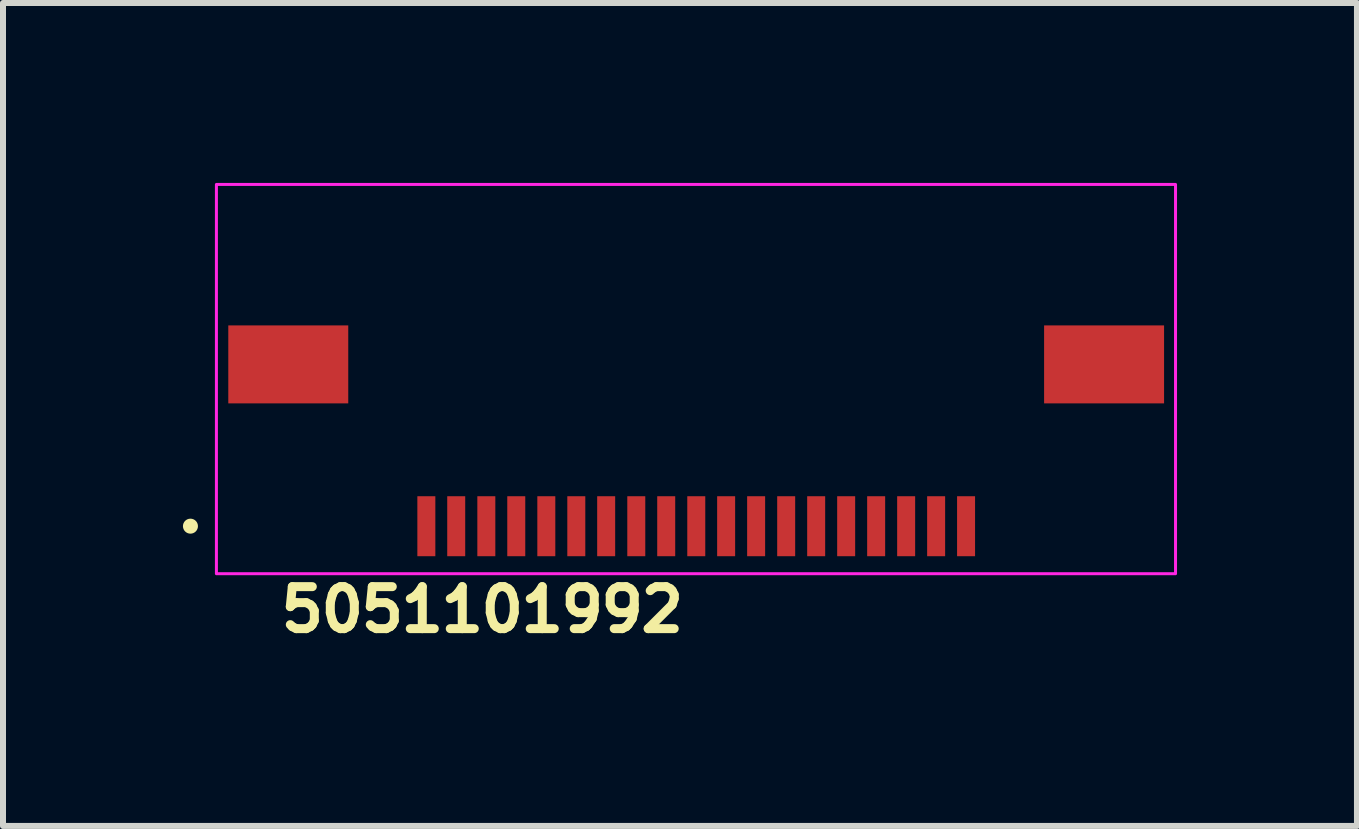
<source format=kicad_pcb>
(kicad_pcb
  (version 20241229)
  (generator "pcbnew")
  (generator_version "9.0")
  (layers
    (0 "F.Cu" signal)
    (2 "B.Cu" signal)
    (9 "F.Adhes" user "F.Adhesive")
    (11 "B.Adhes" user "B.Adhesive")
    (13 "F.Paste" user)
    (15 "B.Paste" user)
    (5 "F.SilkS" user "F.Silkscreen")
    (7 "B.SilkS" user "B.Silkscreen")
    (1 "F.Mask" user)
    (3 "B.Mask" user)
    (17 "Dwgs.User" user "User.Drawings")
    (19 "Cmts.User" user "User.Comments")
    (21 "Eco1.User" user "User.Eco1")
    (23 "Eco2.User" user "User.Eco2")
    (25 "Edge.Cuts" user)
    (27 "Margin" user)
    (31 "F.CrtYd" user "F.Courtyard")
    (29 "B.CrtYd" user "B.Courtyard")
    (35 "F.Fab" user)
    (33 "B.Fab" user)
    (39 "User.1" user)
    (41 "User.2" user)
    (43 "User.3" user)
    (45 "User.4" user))
  (footprint "5051101992"
    (layer "F.Cu")
    (at 8.558 3.525)
    (property "Reference" "5051101992" (at -7 3.999 0) (unlocked yes) (layer "F.SilkS") (effects (font (size 0.7 0.7) (thickness 0.15)) (justify left bottom)))
    (attr smd)
    (fp_circle (center -8.433 2.197) (end -8.383 2.197) (stroke (width 0.15) (type solid)) (fill yes) (layer "F.SilkS"))
    (fp_rect (start -8 -3.5) (end 7.99 2.99) (stroke (width 0.05) (type solid)) (fill no) (layer "F.CrtYd"))
    (fp_rect (start -7.8 -2.801) (end 7.799 2.798) (stroke (width 0.1) (type solid)) (fill no) (layer "User.5"))
    (fp_line (start -7.8 -1.101) (end -7.101 -1.101) (stroke (width 0.02) (type solid)) (layer "User.9"))
    (fp_line (start -7.8 0.199) (end -7.8 -1.101) (stroke (width 0.02) (type solid)) (layer "User.9"))
    (fp_line (start -7.5 -0.817) (end -7.499 -0.822) (stroke (width 0.02) (type solid)) (layer "User.9"))
    (fp_line (start -7.5 -0.812) (end -7.5 -0.817) (stroke (width 0.02) (type solid)) (layer "User.9"))
    (fp_line (start -7.5 -0.807) (end -7.5 -0.812) (stroke (width 0.02) (type solid)) (layer "User.9"))
    (fp_line (start -7.5 -0.802) (end -7.5 -0.807) (stroke (width 0.02) (type solid)) (layer "User.9"))
    (fp_line (start -7.5 -0.101) (end -7.5 -0.802) (stroke (width 0.02) (type solid)) (layer "User.9"))
    (fp_line (start -7.5 -0.095) (end -7.5 -0.101) (stroke (width 0.02) (type solid)) (layer "User.9"))
    (fp_line (start -7.5 -0.09) (end -7.5 -0.095) (stroke (width 0.02) (type solid)) (layer "User.9"))
    (fp_line (start -7.5 -0.086) (end -7.5 -0.09) (stroke (width 0.02) (type solid)) (layer "User.9"))
    (fp_line (start -7.499 -0.822) (end -7.497 -0.826) (stroke (width 0.02) (type solid)) (layer "User.9"))
    (fp_line (start -7.499 -0.08) (end -7.5 -0.086) (stroke (width 0.02) (type solid)) (layer "User.9"))
    (fp_line (start -7.497 -0.831) (end -7.494 -0.835) (stroke (width 0.02) (type solid)) (layer "User.9"))
    (fp_line (start -7.497 -0.826) (end -7.497 -0.831) (stroke (width 0.02) (type solid)) (layer "User.9"))
    (fp_line (start -7.497 -0.076) (end -7.499 -0.08) (stroke (width 0.02) (type solid)) (layer "User.9"))
    (fp_line (start -7.497 -0.072) (end -7.497 -0.076) (stroke (width 0.02) (type solid)) (layer "User.9"))
    (fp_line (start -7.494 -0.839) (end -7.492 -0.844) (stroke (width 0.02) (type solid)) (layer "User.9"))
    (fp_line (start -7.494 -0.835) (end -7.494 -0.839) (stroke (width 0.02) (type solid)) (layer "User.9"))
    (fp_line (start -7.494 -0.067) (end -7.497 -0.072) (stroke (width 0.02) (type solid)) (layer "User.9"))
    (fp_line (start -7.494 -0.062) (end -7.494 -0.067) (stroke (width 0.02) (type solid)) (layer "User.9"))
    (fp_line (start -7.492 -0.844) (end -7.489 -0.848) (stroke (width 0.02) (type solid)) (layer "User.9"))
    (fp_line (start -7.492 -0.058) (end -7.494 -0.062) (stroke (width 0.02) (type solid)) (layer "User.9"))
    (fp_line (start -7.489 -0.848) (end -7.486 -0.852) (stroke (width 0.02) (type solid)) (layer "User.9"))
    (fp_line (start -7.489 -0.053) (end -7.492 -0.058) (stroke (width 0.02) (type solid)) (layer "User.9"))
    (fp_line (start -7.486 -0.852) (end -7.484 -0.856) (stroke (width 0.02) (type solid)) (layer "User.9"))
    (fp_line (start -7.486 -0.05) (end -7.489 -0.053) (stroke (width 0.02) (type solid)) (layer "User.9"))
    (fp_line (start -7.484 -0.856) (end -7.481 -0.86) (stroke (width 0.02) (type solid)) (layer "User.9"))
    (fp_line (start -7.484 -0.045) (end -7.486 -0.05) (stroke (width 0.02) (type solid)) (layer "User.9"))
    (fp_line (start -7.481 -0.86) (end -7.478 -0.864) (stroke (width 0.02) (type solid)) (layer "User.9"))
    (fp_line (start -7.481 -0.042) (end -7.484 -0.045) (stroke (width 0.02) (type solid)) (layer "User.9"))
    (fp_line (start -7.478 -0.864) (end -7.476 -0.868) (stroke (width 0.02) (type solid)) (layer "User.9"))
    (fp_line (start -7.478 -0.037) (end -7.481 -0.042) (stroke (width 0.02) (type solid)) (layer "User.9"))
    (fp_line (start -7.476 -0.868) (end -7.471 -0.871) (stroke (width 0.02) (type solid)) (layer "User.9"))
    (fp_line (start -7.476 -0.034) (end -7.478 -0.037) (stroke (width 0.02) (type solid)) (layer "User.9"))
    (fp_line (start -7.471 -0.871) (end -7.468 -0.875) (stroke (width 0.02) (type solid)) (layer "User.9"))
    (fp_line (start -7.471 -0.03) (end -7.476 -0.034) (stroke (width 0.02) (type solid)) (layer "User.9"))
    (fp_line (start -7.468 -0.875) (end -7.465 -0.878) (stroke (width 0.02) (type solid)) (layer "User.9"))
    (fp_line (start -7.468 -0.027) (end -7.471 -0.03) (stroke (width 0.02) (type solid)) (layer "User.9"))
    (fp_line (start -7.465 -0.878) (end -7.46 -0.881) (stroke (width 0.02) (type solid)) (layer "User.9"))
    (fp_line (start -7.465 -0.023) (end -7.468 -0.027) (stroke (width 0.02) (type solid)) (layer "User.9"))
    (fp_line (start -7.46 -0.881) (end -7.457 -0.883) (stroke (width 0.02) (type solid)) (layer "User.9"))
    (fp_line (start -7.46 -0.02) (end -7.465 -0.023) (stroke (width 0.02) (type solid)) (layer "User.9"))
    (fp_line (start -7.457 -0.883) (end -7.452 -0.886) (stroke (width 0.02) (type solid)) (layer "User.9"))
    (fp_line (start -7.457 -0.019) (end -7.46 -0.02) (stroke (width 0.02) (type solid)) (layer "User.9"))
    (fp_line (start -7.452 -0.886) (end -7.449 -0.888) (stroke (width 0.02) (type solid)) (layer "User.9"))
    (fp_line (start -7.452 -0.015) (end -7.457 -0.019) (stroke (width 0.02) (type solid)) (layer "User.9"))
    (fp_line (start -7.449 -0.888) (end -7.444 -0.891) (stroke (width 0.02) (type solid)) (layer "User.9"))
    (fp_line (start -7.449 -0.014) (end -7.452 -0.015) (stroke (width 0.02) (type solid)) (layer "User.9"))
    (fp_line (start -7.444 -0.891) (end -7.439 -0.893) (stroke (width 0.02) (type solid)) (layer "User.9"))
    (fp_line (start -7.444 -0.01) (end -7.449 -0.014) (stroke (width 0.02) (type solid)) (layer "User.9"))
    (fp_line (start -7.439 -0.893) (end -7.436 -0.894) (stroke (width 0.02) (type solid)) (layer "User.9"))
    (fp_line (start -7.439 -0.008) (end -7.444 -0.01) (stroke (width 0.02) (type solid)) (layer "User.9"))
    (fp_line (start -7.436 -0.894) (end -7.43 -0.896) (stroke (width 0.02) (type solid)) (layer "User.9"))
    (fp_line (start -7.436 -0.007) (end -7.439 -0.008) (stroke (width 0.02) (type solid)) (layer "User.9"))
    (fp_line (start -7.43 -0.896) (end -7.425 -0.898) (stroke (width 0.02) (type solid)) (layer "User.9"))
    (fp_line (start -7.43 -0.005) (end -7.436 -0.007) (stroke (width 0.02) (type solid)) (layer "User.9"))
    (fp_line (start -7.425 -0.898) (end -7.422 -0.899) (stroke (width 0.02) (type solid)) (layer "User.9"))
    (fp_line (start -7.425 -0.004) (end -7.43 -0.005) (stroke (width 0.02) (type solid)) (layer "User.9"))
    (fp_line (start -7.422 -0.899) (end -7.417 -0.9) (stroke (width 0.02) (type solid)) (layer "User.9"))
    (fp_line (start -7.422 -0.003) (end -7.425 -0.004) (stroke (width 0.02) (type solid)) (layer "User.9"))
    (fp_line (start -7.417 -0.9) (end -7.412 -0.901) (stroke (width 0.02) (type solid)) (layer "User.9"))
    (fp_line (start -7.417 -0.002) (end -7.422 -0.003) (stroke (width 0.02) (type solid)) (layer "User.9"))
    (fp_line (start -7.412 -0.901) (end -7.407 -0.901) (stroke (width 0.02) (type solid)) (layer "User.9"))
    (fp_line (start -7.412 -0.001) (end -7.417 -0.002) (stroke (width 0.02) (type solid)) (layer "User.9"))
    (fp_line (start -7.407 -0.901) (end -7.401 -0.902) (stroke (width 0.02) (type solid)) (layer "User.9"))
    (fp_line (start -7.407 -0.001) (end -7.412 -0.001) (stroke (width 0.02) (type solid)) (layer "User.9"))
    (fp_line (start -7.401 -0.902) (end -7.101 -0.902) (stroke (width 0.02) (type solid)) (layer "User.9"))
    (fp_line (start -7.401 0) (end -7.407 -0.001) (stroke (width 0.02) (type solid)) (layer "User.9"))
    (fp_line (start -7.101 0) (end -7.401 0) (stroke (width 0.02) (type solid)) (layer "User.9"))
    (fp_line (start -7.101 0.199) (end -7.8 0.199) (stroke (width 0.02) (type solid)) (layer "User.9"))
    (fp_line (start -7.101 2.45) (end -7.101 -1.5) (stroke (width 0.02) (type solid)) (layer "User.9"))
    (fp_line (start -6.651 2.45) (end -7.101 2.45) (stroke (width 0.02) (type solid)) (layer "User.9"))
    (fp_line (start -6.651 2.45) (end -6.651 2.1) (stroke (width 0.02) (type solid)) (layer "User.9"))
    (fp_line (start -6.63 -1.5) (end -7.101 -1.5) (stroke (width 0.02) (type solid)) (layer "User.9"))
    (fp_line (start -6.63 -1.5) (end -6.452 -1.5) (stroke (width 0.02) (type solid)) (layer "User.9"))
    (fp_line (start -6.63 0.679) (end -6.63 -1.5) (stroke (width 0.02) (type solid)) (layer "User.9"))
    (fp_line (start -6.452 -1.5) (end -6.3 -1.5) (stroke (width 0.02) (type solid)) (layer "User.9"))
    (fp_line (start -6.452 -1.45) (end -6.449 -1.45) (stroke (width 0.02) (type solid)) (layer "User.9"))
    (fp_line (start -6.452 -0.5) (end -6.449 -0.5) (stroke (width 0.02) (type solid)) (layer "User.9"))
    (fp_line (start -6.452 0.495) (end -5.75 0.495) (stroke (width 0.02) (type solid)) (layer "User.9"))
    (fp_line (start -6.452 0.679) (end -6.452 -1.5) (stroke (width 0.02) (type solid)) (layer "User.9"))
    (fp_line (start -6.449 -1.45) (end -6.38 -1.45) (stroke (width 0.02) (type solid)) (layer "User.9"))
    (fp_line (start -6.449 -0.5) (end -6.38 -0.5) (stroke (width 0.02) (type solid)) (layer "User.9"))
    (fp_line (start -6.38 -0.351) (end -6.452 -0.351) (stroke (width 0.02) (type solid)) (layer "User.9"))
    (fp_line (start -6.38 -0.299) (end -6.38 -1.45) (stroke (width 0.02) (type solid)) (layer "User.9"))
    (fp_line (start -6.38 -0.052) (end -6.38 -0.299) (stroke (width 0.02) (type solid)) (layer "User.9"))
    (fp_line (start -6.38 0) (end -6.452 0) (stroke (width 0.02) (type solid)) (layer "User.9"))
    (fp_line (start -6.38 0.23) (end -6.38 -0.052) (stroke (width 0.02) (type solid)) (layer "User.9"))
    (fp_line (start -6.38 0.242) (end -6.38 0.23) (stroke (width 0.02) (type solid)) (layer "User.9"))
    (fp_line (start -6.311 0.495) (end -6.311 0.242) (stroke (width 0.02) (type solid)) (layer "User.9"))
    (fp_line (start -6.3 -2.65) (end -4.8 -2.65) (stroke (width 0.02) (type solid)) (layer "User.9"))
    (fp_line (start -6.3 -1.45) (end -6.38 -1.45) (stroke (width 0.02) (type solid)) (layer "User.9"))
    (fp_line (start -6.3 -1.45) (end -6.3 -2.65) (stroke (width 0.02) (type solid)) (layer "User.9"))
    (fp_line (start -6.159 0.495) (end -6.159 0.242) (stroke (width 0.02) (type solid)) (layer "User.9"))
    (fp_line (start -5.925 -0.231) (end -5.925 -0.299) (stroke (width 0.02) (type solid)) (layer "User.9"))
    (fp_line (start -5.925 -0.043) (end -5.925 -0.231) (stroke (width 0.02) (type solid)) (layer "User.9"))
    (fp_line (start -5.925 -0.031) (end -5.925 -0.043) (stroke (width 0.02) (type solid)) (layer "User.9"))
    (fp_line (start -5.925 0.23) (end -5.925 -0.031) (stroke (width 0.02) (type solid)) (layer "User.9"))
    (fp_line (start -5.925 0.242) (end -6.38 0.242) (stroke (width 0.02) (type solid)) (layer "User.9"))
    (fp_line (start -5.925 0.242) (end -5.925 0.23) (stroke (width 0.02) (type solid)) (layer "User.9"))
    (fp_line (start -5.75 0.045) (end -5.75 0.045) (stroke (width 0.02) (type solid)) (layer "User.9"))
    (fp_line (start -5.75 0.045) (end -5.75 0.495) (stroke (width 0.02) (type solid)) (layer "User.9"))
    (fp_line (start -5.175 0.045) (end -5.75 0.045) (stroke (width 0.02) (type solid)) (layer "User.9"))
    (fp_line (start -5.175 0.045) (end -5.031 0.045) (stroke (width 0.02) (type solid)) (layer "User.9"))
    (fp_line (start -5.031 0.045) (end -5.031 0.045) (stroke (width 0.02) (type solid)) (layer "User.9"))
    (fp_line (start -5.031 0.19) (end -5.175 0.045) (stroke (width 0.02) (type solid)) (layer "User.9"))
    (fp_line (start -5.031 0.19) (end -5.031 0.495) (stroke (width 0.02) (type solid)) (layer "User.9"))
    (fp_line (start -5.031 0.495) (end -5.75 0.495) (stroke (width 0.02) (type solid)) (layer "User.9"))
    (fp_line (start -5.031 0.495) (end -5.031 0.576) (stroke (width 0.02) (type solid)) (layer "User.9"))
    (fp_line (start -4.952 -0.091) (end -4.952 -0.231) (stroke (width 0.02) (type solid)) (layer "User.9"))
    (fp_line (start -4.952 -0.043) (end -4.952 -0.091) (stroke (width 0.02) (type solid)) (layer "User.9"))
    (fp_line (start -4.952 0.045) (end -5.925 0.045) (stroke (width 0.02) (type solid)) (layer "User.9"))
    (fp_line (start -4.952 0.149) (end -4.952 0.045) (stroke (width 0.02) (type solid)) (layer "User.9"))
    (fp_line (start -4.8 -2.801) (end -4.8 -2.65) (stroke (width 0.02) (type solid)) (layer "User.9"))
    (fp_line (start -4.8 -2.801) (end 4.799 -2.801) (stroke (width 0.02) (type solid)) (layer "User.9"))
    (fp_line (start -4.651 2.798) (end -4.651 2.1) (stroke (width 0.02) (type solid)) (layer "User.9"))
    (fp_line (start -4.63 -0.091) (end -4.952 -0.091) (stroke (width 0.02) (type solid)) (layer "User.9"))
    (fp_line (start -4.63 -0.091) (end -4.63 -0.62) (stroke (width 0.02) (type solid)) (layer "User.9"))
    (fp_line (start -4.63 -0.091) (end -4.63 0.002) (stroke (width 0.02) (type solid)) (layer "User.9"))
    (fp_line (start -4.577 0.002) (end -4.63 0.002) (stroke (width 0.02) (type solid)) (layer "User.9"))
    (fp_line (start -4.577 0.149) (end -4.952 0.149) (stroke (width 0.02) (type solid)) (layer "User.9"))
    (fp_line (start -4.577 0.199) (end -5.031 0.199) (stroke (width 0.02) (type solid)) (layer "User.9"))
    (fp_line (start -4.577 0.57) (end -5.031 0.57) (stroke (width 0.02) (type solid)) (layer "User.9"))
    (fp_line (start -4.577 0.673) (end -4.577 -0.407) (stroke (width 0.02) (type solid)) (layer "User.9"))
    (fp_line (start -4.577 2.35) (end -4.577 2.1) (stroke (width 0.02) (type solid)) (layer "User.9"))
    (fp_line (start -4.577 2.499) (end -4.577 2.35) (stroke (width 0.02) (type solid)) (layer "User.9"))
    (fp_line (start -4.425 -0.407) (end -4.577 -0.407) (stroke (width 0.02) (type solid)) (layer "User.9"))
    (fp_line (start -4.425 0.673) (end -4.577 0.673) (stroke (width 0.02) (type solid)) (layer "User.9"))
    (fp_line (start -4.425 0.673) (end -4.425 -0.407) (stroke (width 0.02) (type solid)) (layer "User.9"))
    (fp_line (start -4.425 2.35) (end -4.577 2.35) (stroke (width 0.02) (type solid)) (layer "User.9"))
    (fp_line (start -4.425 2.35) (end -4.425 2.1) (stroke (width 0.02) (type solid)) (layer "User.9"))
    (fp_line (start -4.425 2.499) (end -4.577 2.499) (stroke (width 0.02) (type solid)) (layer "User.9"))
    (fp_line (start -4.425 2.499) (end -4.425 2.35) (stroke (width 0.02) (type solid)) (layer "User.9"))
    (fp_line (start -4.372 -0.62) (end -4.63 -0.62) (stroke (width 0.02) (type solid)) (layer "User.9"))
    (fp_line (start -4.372 -0.572) (end -4.63 -0.572) (stroke (width 0.02) (type solid)) (layer "User.9"))
    (fp_line (start -4.372 -0.091) (end -4.372 -0.62) (stroke (width 0.02) (type solid)) (layer "User.9"))
    (fp_line (start -4.372 -0.091) (end -4.372 0.002) (stroke (width 0.02) (type solid)) (layer "User.9"))
    (fp_line (start -4.372 0.002) (end -4.425 0.002) (stroke (width 0.02) (type solid)) (layer "User.9"))
    (fp_line (start -4.351 2.1) (end -4.351 2.798) (stroke (width 0.02) (type solid)) (layer "User.9"))
    (fp_line (start -4.351 2.798) (end -4.651 2.798) (stroke (width 0.02) (type solid)) (layer "User.9"))
    (fp_line (start -4.151 2.798) (end -4.151 2.1) (stroke (width 0.02) (type solid)) (layer "User.9"))
    (fp_line (start -4.13 -0.091) (end -4.372 -0.091) (stroke (width 0.02) (type solid)) (layer "User.9"))
    (fp_line (start -4.13 -0.091) (end -4.13 -0.62) (stroke (width 0.02) (type solid)) (layer "User.9"))
    (fp_line (start -4.13 -0.091) (end -4.13 0.002) (stroke (width 0.02) (type solid)) (layer "User.9"))
    (fp_line (start -4.077 0.002) (end -4.13 0.002) (stroke (width 0.02) (type solid)) (layer "User.9"))
    (fp_line (start -4.077 0.149) (end -4.425 0.149) (stroke (width 0.02) (type solid)) (layer "User.9"))
    (fp_line (start -4.077 0.199) (end -4.425 0.199) (stroke (width 0.02) (type solid)) (layer "User.9"))
    (fp_line (start -4.077 0.57) (end -4.425 0.57) (stroke (width 0.02) (type solid)) (layer "User.9"))
    (fp_line (start -4.077 0.673) (end -4.077 -0.407) (stroke (width 0.02) (type solid)) (layer "User.9"))
    (fp_line (start -4.077 2.35) (end -4.077 2.1) (stroke (width 0.02) (type solid)) (layer "User.9"))
    (fp_line (start -4.077 2.499) (end -4.077 2.35) (stroke (width 0.02) (type solid)) (layer "User.9"))
    (fp_line (start -3.926 -0.407) (end -4.077 -0.407) (stroke (width 0.02) (type solid)) (layer "User.9"))
    (fp_line (start -3.926 0.673) (end -4.077 0.673) (stroke (width 0.02) (type solid)) (layer "User.9"))
    (fp_line (start -3.926 0.673) (end -3.926 -0.407) (stroke (width 0.02) (type solid)) (layer "User.9"))
    (fp_line (start -3.926 2.35) (end -4.077 2.35) (stroke (width 0.02) (type solid)) (layer "User.9"))
    (fp_line (start -3.926 2.35) (end -3.926 2.1) (stroke (width 0.02) (type solid)) (layer "User.9"))
    (fp_line (start -3.926 2.499) (end -4.077 2.499) (stroke (width 0.02) (type solid)) (layer "User.9"))
    (fp_line (start -3.926 2.499) (end -3.926 2.35) (stroke (width 0.02) (type solid)) (layer "User.9"))
    (fp_line (start -3.871 -0.62) (end -4.13 -0.62) (stroke (width 0.02) (type solid)) (layer "User.9"))
    (fp_line (start -3.871 -0.572) (end -4.13 -0.572) (stroke (width 0.02) (type solid)) (layer "User.9"))
    (fp_line (start -3.871 -0.091) (end -3.871 -0.62) (stroke (width 0.02) (type solid)) (layer "User.9"))
    (fp_line (start -3.871 -0.091) (end -3.871 0.002) (stroke (width 0.02) (type solid)) (layer "User.9"))
    (fp_line (start -3.871 0.002) (end -3.926 0.002) (stroke (width 0.02) (type solid)) (layer "User.9"))
    (fp_line (start -3.851 2.1) (end -3.851 2.798) (stroke (width 0.02) (type solid)) (layer "User.9"))
    (fp_line (start -3.851 2.798) (end -4.151 2.798) (stroke (width 0.02) (type solid)) (layer "User.9"))
    (fp_line (start -3.65 2.798) (end -3.65 2.1) (stroke (width 0.02) (type solid)) (layer "User.9"))
    (fp_line (start -3.63 -0.091) (end -3.871 -0.091) (stroke (width 0.02) (type solid)) (layer "User.9"))
    (fp_line (start -3.63 -0.091) (end -3.63 -0.62) (stroke (width 0.02) (type solid)) (layer "User.9"))
    (fp_line (start -3.63 -0.091) (end -3.63 0.002) (stroke (width 0.02) (type solid)) (layer "User.9"))
    (fp_line (start -3.576 0.002) (end -3.63 0.002) (stroke (width 0.02) (type solid)) (layer "User.9"))
    (fp_line (start -3.576 0.149) (end -3.926 0.149) (stroke (width 0.02) (type solid)) (layer "User.9"))
    (fp_line (start -3.576 0.199) (end -3.926 0.199) (stroke (width 0.02) (type solid)) (layer "User.9"))
    (fp_line (start -3.576 0.57) (end -3.926 0.57) (stroke (width 0.02) (type solid)) (layer "User.9"))
    (fp_line (start -3.576 0.673) (end -3.576 -0.407) (stroke (width 0.02) (type solid)) (layer "User.9"))
    (fp_line (start -3.576 2.35) (end -3.576 2.1) (stroke (width 0.02) (type solid)) (layer "User.9"))
    (fp_line (start -3.576 2.499) (end -3.576 2.35) (stroke (width 0.02) (type solid)) (layer "User.9"))
    (fp_line (start -3.426 -0.407) (end -3.576 -0.407) (stroke (width 0.02) (type solid)) (layer "User.9"))
    (fp_line (start -3.426 0.673) (end -3.576 0.673) (stroke (width 0.02) (type solid)) (layer "User.9"))
    (fp_line (start -3.426 0.673) (end -3.426 -0.407) (stroke (width 0.02) (type solid)) (layer "User.9"))
    (fp_line (start -3.426 2.35) (end -3.576 2.35) (stroke (width 0.02) (type solid)) (layer "User.9"))
    (fp_line (start -3.426 2.35) (end -3.426 2.1) (stroke (width 0.02) (type solid)) (layer "User.9"))
    (fp_line (start -3.426 2.499) (end -3.576 2.499) (stroke (width 0.02) (type solid)) (layer "User.9"))
    (fp_line (start -3.426 2.499) (end -3.426 2.35) (stroke (width 0.02) (type solid)) (layer "User.9"))
    (fp_line (start -3.371 -0.62) (end -3.63 -0.62) (stroke (width 0.02) (type solid)) (layer "User.9"))
    (fp_line (start -3.371 -0.572) (end -3.63 -0.572) (stroke (width 0.02) (type solid)) (layer "User.9"))
    (fp_line (start -3.371 -0.091) (end -3.371 -0.62) (stroke (width 0.02) (type solid)) (layer "User.9"))
    (fp_line (start -3.371 -0.091) (end -3.371 0.002) (stroke (width 0.02) (type solid)) (layer "User.9"))
    (fp_line (start -3.371 0.002) (end -3.426 0.002) (stroke (width 0.02) (type solid)) (layer "User.9"))
    (fp_line (start -3.351 2.1) (end -3.351 2.798) (stroke (width 0.02) (type solid)) (layer "User.9"))
    (fp_line (start -3.351 2.798) (end -3.65 2.798) (stroke (width 0.02) (type solid)) (layer "User.9"))
    (fp_line (start -3.15 2.798) (end -3.15 2.1) (stroke (width 0.02) (type solid)) (layer "User.9"))
    (fp_line (start -3.13 -0.091) (end -3.371 -0.091) (stroke (width 0.02) (type solid)) (layer "User.9"))
    (fp_line (start -3.13 -0.091) (end -3.13 -0.62) (stroke (width 0.02) (type solid)) (layer "User.9"))
    (fp_line (start -3.13 -0.091) (end -3.13 0.002) (stroke (width 0.02) (type solid)) (layer "User.9"))
    (fp_line (start -3.077 0.002) (end -3.13 0.002) (stroke (width 0.02) (type solid)) (layer "User.9"))
    (fp_line (start -3.077 0.149) (end -3.426 0.149) (stroke (width 0.02) (type solid)) (layer "User.9"))
    (fp_line (start -3.077 0.199) (end -3.426 0.199) (stroke (width 0.02) (type solid)) (layer "User.9"))
    (fp_line (start -3.077 0.57) (end -3.426 0.57) (stroke (width 0.02) (type solid)) (layer "User.9"))
    (fp_line (start -3.077 0.673) (end -3.077 -0.407) (stroke (width 0.02) (type solid)) (layer "User.9"))
    (fp_line (start -3.077 2.35) (end -3.077 2.1) (stroke (width 0.02) (type solid)) (layer "User.9"))
    (fp_line (start -3.077 2.499) (end -3.077 2.35) (stroke (width 0.02) (type solid)) (layer "User.9"))
    (fp_line (start -2.926 -0.407) (end -3.077 -0.407) (stroke (width 0.02) (type solid)) (layer "User.9"))
    (fp_line (start -2.926 0.673) (end -3.077 0.673) (stroke (width 0.02) (type solid)) (layer "User.9"))
    (fp_line (start -2.926 0.673) (end -2.926 -0.407) (stroke (width 0.02) (type solid)) (layer "User.9"))
    (fp_line (start -2.926 2.35) (end -3.077 2.35) (stroke (width 0.02) (type solid)) (layer "User.9"))
    (fp_line (start -2.926 2.35) (end -2.926 2.1) (stroke (width 0.02) (type solid)) (layer "User.9"))
    (fp_line (start -2.926 2.499) (end -3.077 2.499) (stroke (width 0.02) (type solid)) (layer "User.9"))
    (fp_line (start -2.926 2.499) (end -2.926 2.35) (stroke (width 0.02) (type solid)) (layer "User.9"))
    (fp_line (start -2.871 -0.62) (end -3.13 -0.62) (stroke (width 0.02) (type solid)) (layer "User.9"))
    (fp_line (start -2.871 -0.572) (end -3.13 -0.572) (stroke (width 0.02) (type solid)) (layer "User.9"))
    (fp_line (start -2.871 -0.091) (end -2.871 -0.62) (stroke (width 0.02) (type solid)) (layer "User.9"))
    (fp_line (start -2.871 -0.091) (end -2.871 0.002) (stroke (width 0.02) (type solid)) (layer "User.9"))
    (fp_line (start -2.871 0.002) (end -2.926 0.002) (stroke (width 0.02) (type solid)) (layer "User.9"))
    (fp_line (start -2.851 2.1) (end -2.851 2.798) (stroke (width 0.02) (type solid)) (layer "User.9"))
    (fp_line (start -2.851 2.798) (end -3.15 2.798) (stroke (width 0.02) (type solid)) (layer "User.9"))
    (fp_line (start -2.65 2.798) (end -2.65 2.1) (stroke (width 0.02) (type solid)) (layer "User.9"))
    (fp_line (start -2.63 -0.091) (end -2.871 -0.091) (stroke (width 0.02) (type solid)) (layer "User.9"))
    (fp_line (start -2.63 -0.091) (end -2.63 -0.62) (stroke (width 0.02) (type solid)) (layer "User.9"))
    (fp_line (start -2.63 -0.091) (end -2.63 0.002) (stroke (width 0.02) (type solid)) (layer "User.9"))
    (fp_line (start -2.577 0.002) (end -2.63 0.002) (stroke (width 0.02) (type solid)) (layer "User.9"))
    (fp_line (start -2.577 0.149) (end -2.926 0.149) (stroke (width 0.02) (type solid)) (layer "User.9"))
    (fp_line (start -2.577 0.199) (end -2.926 0.199) (stroke (width 0.02) (type solid)) (layer "User.9"))
    (fp_line (start -2.577 0.57) (end -2.926 0.57) (stroke (width 0.02) (type solid)) (layer "User.9"))
    (fp_line (start -2.577 0.673) (end -2.577 -0.407) (stroke (width 0.02) (type solid)) (layer "User.9"))
    (fp_line (start -2.577 2.35) (end -2.577 2.1) (stroke (width 0.02) (type solid)) (layer "User.9"))
    (fp_line (start -2.577 2.499) (end -2.577 2.35) (stroke (width 0.02) (type solid)) (layer "User.9"))
    (fp_line (start -2.426 -0.407) (end -2.577 -0.407) (stroke (width 0.02) (type solid)) (layer "User.9"))
    (fp_line (start -2.426 0.673) (end -2.577 0.673) (stroke (width 0.02) (type solid)) (layer "User.9"))
    (fp_line (start -2.426 0.673) (end -2.426 -0.407) (stroke (width 0.02) (type solid)) (layer "User.9"))
    (fp_line (start -2.426 2.35) (end -2.577 2.35) (stroke (width 0.02) (type solid)) (layer "User.9"))
    (fp_line (start -2.426 2.35) (end -2.426 2.1) (stroke (width 0.02) (type solid)) (layer "User.9"))
    (fp_line (start -2.426 2.499) (end -2.577 2.499) (stroke (width 0.02) (type solid)) (layer "User.9"))
    (fp_line (start -2.426 2.499) (end -2.426 2.35) (stroke (width 0.02) (type solid)) (layer "User.9"))
    (fp_line (start -2.371 -0.62) (end -2.63 -0.62) (stroke (width 0.02) (type solid)) (layer "User.9"))
    (fp_line (start -2.371 -0.572) (end -2.63 -0.572) (stroke (width 0.02) (type solid)) (layer "User.9"))
    (fp_line (start -2.371 -0.091) (end -2.371 -0.62) (stroke (width 0.02) (type solid)) (layer "User.9"))
    (fp_line (start -2.371 -0.091) (end -2.371 0.002) (stroke (width 0.02) (type solid)) (layer "User.9"))
    (fp_line (start -2.371 0.002) (end -2.426 0.002) (stroke (width 0.02) (type solid)) (layer "User.9"))
    (fp_line (start -2.351 2.1) (end -2.351 2.798) (stroke (width 0.02) (type solid)) (layer "User.9"))
    (fp_line (start -2.351 2.798) (end -2.65 2.798) (stroke (width 0.02) (type solid)) (layer "User.9"))
    (fp_line (start -2.15 2.798) (end -2.15 2.1) (stroke (width 0.02) (type solid)) (layer "User.9"))
    (fp_line (start -2.13 -0.091) (end -2.371 -0.091) (stroke (width 0.02) (type solid)) (layer "User.9"))
    (fp_line (start -2.13 -0.091) (end -2.13 -0.62) (stroke (width 0.02) (type solid)) (layer "User.9"))
    (fp_line (start -2.13 -0.091) (end -2.13 0.002) (stroke (width 0.02) (type solid)) (layer "User.9"))
    (fp_line (start -2.077 0.002) (end -2.13 0.002) (stroke (width 0.02) (type solid)) (layer "User.9"))
    (fp_line (start -2.077 0.149) (end -2.426 0.149) (stroke (width 0.02) (type solid)) (layer "User.9"))
    (fp_line (start -2.077 0.199) (end -2.426 0.199) (stroke (width 0.02) (type solid)) (layer "User.9"))
    (fp_line (start -2.077 0.57) (end -2.426 0.57) (stroke (width 0.02) (type solid)) (layer "User.9"))
    (fp_line (start -2.077 0.673) (end -2.077 -0.407) (stroke (width 0.02) (type solid)) (layer "User.9"))
    (fp_line (start -2.077 2.35) (end -2.077 2.1) (stroke (width 0.02) (type solid)) (layer "User.9"))
    (fp_line (start -2.077 2.499) (end -2.077 2.35) (stroke (width 0.02) (type solid)) (layer "User.9"))
    (fp_line (start -1.926 -0.407) (end -2.077 -0.407) (stroke (width 0.02) (type solid)) (layer "User.9"))
    (fp_line (start -1.926 0.673) (end -2.077 0.673) (stroke (width 0.02) (type solid)) (layer "User.9"))
    (fp_line (start -1.926 0.673) (end -1.926 -0.407) (stroke (width 0.02) (type solid)) (layer "User.9"))
    (fp_line (start -1.926 2.35) (end -2.077 2.35) (stroke (width 0.02) (type solid)) (layer "User.9"))
    (fp_line (start -1.926 2.35) (end -1.926 2.1) (stroke (width 0.02) (type solid)) (layer "User.9"))
    (fp_line (start -1.926 2.499) (end -2.077 2.499) (stroke (width 0.02) (type solid)) (layer "User.9"))
    (fp_line (start -1.926 2.499) (end -1.926 2.35) (stroke (width 0.02) (type solid)) (layer "User.9"))
    (fp_line (start -1.871 -0.62) (end -2.13 -0.62) (stroke (width 0.02) (type solid)) (layer "User.9"))
    (fp_line (start -1.871 -0.572) (end -2.13 -0.572) (stroke (width 0.02) (type solid)) (layer "User.9"))
    (fp_line (start -1.871 -0.091) (end -1.871 -0.62) (stroke (width 0.02) (type solid)) (layer "User.9"))
    (fp_line (start -1.871 -0.091) (end -1.871 0.002) (stroke (width 0.02) (type solid)) (layer "User.9"))
    (fp_line (start -1.871 0.002) (end -1.926 0.002) (stroke (width 0.02) (type solid)) (layer "User.9"))
    (fp_line (start -1.851 2.1) (end -1.851 2.798) (stroke (width 0.02) (type solid)) (layer "User.9"))
    (fp_line (start -1.851 2.798) (end -2.15 2.798) (stroke (width 0.02) (type solid)) (layer "User.9"))
    (fp_line (start -1.651 2.798) (end -1.651 2.1) (stroke (width 0.02) (type solid)) (layer "User.9"))
    (fp_line (start -1.631 -0.091) (end -1.871 -0.091) (stroke (width 0.02) (type solid)) (layer "User.9"))
    (fp_line (start -1.631 -0.091) (end -1.631 -0.62) (stroke (width 0.02) (type solid)) (layer "User.9"))
    (fp_line (start -1.631 -0.091) (end -1.631 0.002) (stroke (width 0.02) (type solid)) (layer "User.9"))
    (fp_line (start -1.575 0.002) (end -1.631 0.002) (stroke (width 0.02) (type solid)) (layer "User.9"))
    (fp_line (start -1.575 0.149) (end -1.926 0.149) (stroke (width 0.02) (type solid)) (layer "User.9"))
    (fp_line (start -1.575 0.199) (end -1.926 0.199) (stroke (width 0.02) (type solid)) (layer "User.9"))
    (fp_line (start -1.575 0.57) (end -1.926 0.57) (stroke (width 0.02) (type solid)) (layer "User.9"))
    (fp_line (start -1.575 0.673) (end -1.575 -0.407) (stroke (width 0.02) (type solid)) (layer "User.9"))
    (fp_line (start -1.575 2.35) (end -1.575 2.1) (stroke (width 0.02) (type solid)) (layer "User.9"))
    (fp_line (start -1.575 2.499) (end -1.575 2.35) (stroke (width 0.02) (type solid)) (layer "User.9"))
    (fp_line (start -1.426 -0.407) (end -1.575 -0.407) (stroke (width 0.02) (type solid)) (layer "User.9"))
    (fp_line (start -1.426 0.673) (end -1.575 0.673) (stroke (width 0.02) (type solid)) (layer "User.9"))
    (fp_line (start -1.426 0.673) (end -1.426 -0.407) (stroke (width 0.02) (type solid)) (layer "User.9"))
    (fp_line (start -1.426 2.35) (end -1.575 2.35) (stroke (width 0.02) (type solid)) (layer "User.9"))
    (fp_line (start -1.426 2.35) (end -1.426 2.1) (stroke (width 0.02) (type solid)) (layer "User.9"))
    (fp_line (start -1.426 2.499) (end -1.575 2.499) (stroke (width 0.02) (type solid)) (layer "User.9"))
    (fp_line (start -1.426 2.499) (end -1.426 2.35) (stroke (width 0.02) (type solid)) (layer "User.9"))
    (fp_line (start -1.371 -0.62) (end -1.631 -0.62) (stroke (width 0.02) (type solid)) (layer "User.9"))
    (fp_line (start -1.371 -0.572) (end -1.631 -0.572) (stroke (width 0.02) (type solid)) (layer "User.9"))
    (fp_line (start -1.371 -0.091) (end -1.371 -0.62) (stroke (width 0.02) (type solid)) (layer "User.9"))
    (fp_line (start -1.371 -0.091) (end -1.371 0.002) (stroke (width 0.02) (type solid)) (layer "User.9"))
    (fp_line (start -1.371 0.002) (end -1.426 0.002) (stroke (width 0.02) (type solid)) (layer "User.9"))
    (fp_line (start -1.351 2.1) (end -1.351 2.798) (stroke (width 0.02) (type solid)) (layer "User.9"))
    (fp_line (start -1.351 2.798) (end -1.651 2.798) (stroke (width 0.02) (type solid)) (layer "User.9"))
    (fp_line (start -1.151 2.798) (end -1.151 2.1) (stroke (width 0.02) (type solid)) (layer "User.9"))
    (fp_line (start -1.131 -0.091) (end -1.371 -0.091) (stroke (width 0.02) (type solid)) (layer "User.9"))
    (fp_line (start -1.131 -0.091) (end -1.131 -0.62) (stroke (width 0.02) (type solid)) (layer "User.9"))
    (fp_line (start -1.131 -0.091) (end -1.131 0.002) (stroke (width 0.02) (type solid)) (layer "User.9"))
    (fp_line (start -1.075 0.002) (end -1.131 0.002) (stroke (width 0.02) (type solid)) (layer "User.9"))
    (fp_line (start -1.075 0.149) (end -1.426 0.149) (stroke (width 0.02) (type solid)) (layer "User.9"))
    (fp_line (start -1.075 0.199) (end -1.426 0.199) (stroke (width 0.02) (type solid)) (layer "User.9"))
    (fp_line (start -1.075 0.57) (end -1.426 0.57) (stroke (width 0.02) (type solid)) (layer "User.9"))
    (fp_line (start -1.075 0.673) (end -1.075 -0.407) (stroke (width 0.02) (type solid)) (layer "User.9"))
    (fp_line (start -1.075 2.35) (end -1.075 2.1) (stroke (width 0.02) (type solid)) (layer "User.9"))
    (fp_line (start -1.075 2.499) (end -1.075 2.35) (stroke (width 0.02) (type solid)) (layer "User.9"))
    (fp_line (start -0.927 -0.407) (end -1.075 -0.407) (stroke (width 0.02) (type solid)) (layer "User.9"))
    (fp_line (start -0.927 0.673) (end -1.075 0.673) (stroke (width 0.02) (type solid)) (layer "User.9"))
    (fp_line (start -0.927 0.673) (end -0.927 -0.407) (stroke (width 0.02) (type solid)) (layer "User.9"))
    (fp_line (start -0.927 2.35) (end -1.075 2.35) (stroke (width 0.02) (type solid)) (layer "User.9"))
    (fp_line (start -0.927 2.35) (end -0.927 2.1) (stroke (width 0.02) (type solid)) (layer "User.9"))
    (fp_line (start -0.927 2.499) (end -1.075 2.499) (stroke (width 0.02) (type solid)) (layer "User.9"))
    (fp_line (start -0.927 2.499) (end -0.927 2.35) (stroke (width 0.02) (type solid)) (layer "User.9"))
    (fp_line (start -0.87 -0.62) (end -1.131 -0.62) (stroke (width 0.02) (type solid)) (layer "User.9"))
    (fp_line (start -0.87 -0.572) (end -1.131 -0.572) (stroke (width 0.02) (type solid)) (layer "User.9"))
    (fp_line (start -0.87 -0.091) (end -0.87 -0.62) (stroke (width 0.02) (type solid)) (layer "User.9"))
    (fp_line (start -0.87 -0.091) (end -0.87 0.002) (stroke (width 0.02) (type solid)) (layer "User.9"))
    (fp_line (start -0.87 0.002) (end -0.927 0.002) (stroke (width 0.02) (type solid)) (layer "User.9"))
    (fp_line (start -0.85 2.1) (end -0.85 2.798) (stroke (width 0.02) (type solid)) (layer "User.9"))
    (fp_line (start -0.85 2.798) (end -1.151 2.798) (stroke (width 0.02) (type solid)) (layer "User.9"))
    (fp_line (start -0.652 2.798) (end -0.652 2.1) (stroke (width 0.02) (type solid)) (layer "User.9"))
    (fp_line (start -0.63 -0.091) (end -0.87 -0.091) (stroke (width 0.02) (type solid)) (layer "User.9"))
    (fp_line (start -0.63 -0.091) (end -0.63 -0.62) (stroke (width 0.02) (type solid)) (layer "User.9"))
    (fp_line (start -0.63 -0.091) (end -0.63 0.002) (stroke (width 0.02) (type solid)) (layer "User.9"))
    (fp_line (start -0.576 0.002) (end -0.63 0.002) (stroke (width 0.02) (type solid)) (layer "User.9"))
    (fp_line (start -0.576 0.149) (end -0.927 0.149) (stroke (width 0.02) (type solid)) (layer "User.9"))
    (fp_line (start -0.576 0.199) (end -0.927 0.199) (stroke (width 0.02) (type solid)) (layer "User.9"))
    (fp_line (start -0.576 0.57) (end -0.927 0.57) (stroke (width 0.02) (type solid)) (layer "User.9"))
    (fp_line (start -0.576 0.673) (end -0.576 -0.407) (stroke (width 0.02) (type solid)) (layer "User.9"))
    (fp_line (start -0.576 2.35) (end -0.576 2.1) (stroke (width 0.02) (type solid)) (layer "User.9"))
    (fp_line (start -0.576 2.499) (end -0.576 2.35) (stroke (width 0.02) (type solid)) (layer "User.9"))
    (fp_line (start -0.425 -0.407) (end -0.576 -0.407) (stroke (width 0.02) (type solid)) (layer "User.9"))
    (fp_line (start -0.425 0.673) (end -0.576 0.673) (stroke (width 0.02) (type solid)) (layer "User.9"))
    (fp_line (start -0.425 0.673) (end -0.425 -0.407) (stroke (width 0.02) (type solid)) (layer "User.9"))
    (fp_line (start -0.425 2.35) (end -0.576 2.35) (stroke (width 0.02) (type solid)) (layer "User.9"))
    (fp_line (start -0.425 2.35) (end -0.425 2.1) (stroke (width 0.02) (type solid)) (layer "User.9"))
    (fp_line (start -0.425 2.499) (end -0.576 2.499) (stroke (width 0.02) (type solid)) (layer "User.9"))
    (fp_line (start -0.425 2.499) (end -0.425 2.35) (stroke (width 0.02) (type solid)) (layer "User.9"))
    (fp_line (start -0.37 -0.62) (end -0.63 -0.62) (stroke (width 0.02) (type solid)) (layer "User.9"))
    (fp_line (start -0.37 -0.572) (end -0.63 -0.572) (stroke (width 0.02) (type solid)) (layer "User.9"))
    (fp_line (start -0.37 -0.091) (end -0.37 -0.62) (stroke (width 0.02) (type solid)) (layer "User.9"))
    (fp_line (start -0.37 -0.091) (end -0.37 0.002) (stroke (width 0.02) (type solid)) (layer "User.9"))
    (fp_line (start -0.37 0.002) (end -0.425 0.002) (stroke (width 0.02) (type solid)) (layer "User.9"))
    (fp_line (start -0.351 2.1) (end -0.351 2.798) (stroke (width 0.02) (type solid)) (layer "User.9"))
    (fp_line (start -0.351 2.798) (end -0.652 2.798) (stroke (width 0.02) (type solid)) (layer "User.9"))
    (fp_line (start -0.15 2.798) (end -0.15 2.1) (stroke (width 0.02) (type solid)) (layer "User.9"))
    (fp_line (start -0.132 -0.091) (end -0.37 -0.091) (stroke (width 0.02) (type solid)) (layer "User.9"))
    (fp_line (start -0.132 -0.091) (end -0.132 -0.62) (stroke (width 0.02) (type solid)) (layer "User.9"))
    (fp_line (start -0.132 -0.091) (end -0.132 0.002) (stroke (width 0.02) (type solid)) (layer "User.9"))
    (fp_line (start -0.075 0.002) (end -0.132 0.002) (stroke (width 0.02) (type solid)) (layer "User.9"))
    (fp_line (start -0.075 0.149) (end -0.425 0.149) (stroke (width 0.02) (type solid)) (layer "User.9"))
    (fp_line (start -0.075 0.199) (end -0.425 0.199) (stroke (width 0.02) (type solid)) (layer "User.9"))
    (fp_line (start -0.075 0.57) (end -0.425 0.57) (stroke (width 0.02) (type solid)) (layer "User.9"))
    (fp_line (start -0.075 0.673) (end -0.075 -0.407) (stroke (width 0.02) (type solid)) (layer "User.9"))
    (fp_line (start -0.075 2.35) (end -0.075 2.1) (stroke (width 0.02) (type solid)) (layer "User.9"))
    (fp_line (start -0.075 2.499) (end -0.075 2.35) (stroke (width 0.02) (type solid)) (layer "User.9"))
    (fp_line (start 0.073 -0.407) (end -0.075 -0.407) (stroke (width 0.02) (type solid)) (layer "User.9"))
    (fp_line (start 0.073 0.673) (end -0.075 0.673) (stroke (width 0.02) (type solid)) (layer "User.9"))
    (fp_line (start 0.073 0.673) (end 0.073 -0.407) (stroke (width 0.02) (type solid)) (layer "User.9"))
    (fp_line (start 0.073 2.35) (end -0.075 2.35) (stroke (width 0.02) (type solid)) (layer "User.9"))
    (fp_line (start 0.073 2.35) (end 0.073 2.1) (stroke (width 0.02) (type solid)) (layer "User.9"))
    (fp_line (start 0.073 2.499) (end -0.075 2.499) (stroke (width 0.02) (type solid)) (layer "User.9"))
    (fp_line (start 0.073 2.499) (end 0.073 2.35) (stroke (width 0.02) (type solid)) (layer "User.9"))
    (fp_line (start 0.13 -0.62) (end -0.132 -0.62) (stroke (width 0.02) (type solid)) (layer "User.9"))
    (fp_line (start 0.13 -0.572) (end -0.132 -0.572) (stroke (width 0.02) (type solid)) (layer "User.9"))
    (fp_line (start 0.13 -0.091) (end 0.13 -0.62) (stroke (width 0.02) (type solid)) (layer "User.9"))
    (fp_line (start 0.13 -0.091) (end 0.13 0.002) (stroke (width 0.02) (type solid)) (layer "User.9"))
    (fp_line (start 0.13 0.002) (end 0.073 0.002) (stroke (width 0.02) (type solid)) (layer "User.9"))
    (fp_line (start 0.148 2.1) (end 0.148 2.798) (stroke (width 0.02) (type solid)) (layer "User.9"))
    (fp_line (start 0.148 2.798) (end -0.15 2.798) (stroke (width 0.02) (type solid)) (layer "User.9"))
    (fp_line (start 0.349 2.798) (end 0.349 2.1) (stroke (width 0.02) (type solid)) (layer "User.9"))
    (fp_line (start 0.368 -0.091) (end 0.13 -0.091) (stroke (width 0.02) (type solid)) (layer "User.9"))
    (fp_line (start 0.368 -0.091) (end 0.368 -0.62) (stroke (width 0.02) (type solid)) (layer "User.9"))
    (fp_line (start 0.368 -0.091) (end 0.368 0.002) (stroke (width 0.02) (type solid)) (layer "User.9"))
    (fp_line (start 0.423 0.002) (end 0.368 0.002) (stroke (width 0.02) (type solid)) (layer "User.9"))
    (fp_line (start 0.423 0.149) (end 0.073 0.149) (stroke (width 0.02) (type solid)) (layer "User.9"))
    (fp_line (start 0.423 0.199) (end 0.073 0.199) (stroke (width 0.02) (type solid)) (layer "User.9"))
    (fp_line (start 0.423 0.57) (end 0.073 0.57) (stroke (width 0.02) (type solid)) (layer "User.9"))
    (fp_line (start 0.423 0.673) (end 0.423 -0.407) (stroke (width 0.02) (type solid)) (layer "User.9"))
    (fp_line (start 0.423 2.35) (end 0.423 2.1) (stroke (width 0.02) (type solid)) (layer "User.9"))
    (fp_line (start 0.423 2.499) (end 0.423 2.35) (stroke (width 0.02) (type solid)) (layer "User.9"))
    (fp_line (start 0.574 -0.407) (end 0.423 -0.407) (stroke (width 0.02) (type solid)) (layer "User.9"))
    (fp_line (start 0.574 0.673) (end 0.423 0.673) (stroke (width 0.02) (type solid)) (layer "User.9"))
    (fp_line (start 0.574 0.673) (end 0.574 -0.407) (stroke (width 0.02) (type solid)) (layer "User.9"))
    (fp_line (start 0.574 2.35) (end 0.423 2.35) (stroke (width 0.02) (type solid)) (layer "User.9"))
    (fp_line (start 0.574 2.35) (end 0.574 2.1) (stroke (width 0.02) (type solid)) (layer "User.9"))
    (fp_line (start 0.574 2.499) (end 0.423 2.499) (stroke (width 0.02) (type solid)) (layer "User.9"))
    (fp_line (start 0.574 2.499) (end 0.574 2.35) (stroke (width 0.02) (type solid)) (layer "User.9"))
    (fp_line (start 0.628 -0.62) (end 0.368 -0.62) (stroke (width 0.02) (type solid)) (layer "User.9"))
    (fp_line (start 0.628 -0.572) (end 0.368 -0.572) (stroke (width 0.02) (type solid)) (layer "User.9"))
    (fp_line (start 0.628 -0.091) (end 0.628 -0.62) (stroke (width 0.02) (type solid)) (layer "User.9"))
    (fp_line (start 0.628 -0.091) (end 0.628 0.002) (stroke (width 0.02) (type solid)) (layer "User.9"))
    (fp_line (start 0.628 0.002) (end 0.574 0.002) (stroke (width 0.02) (type solid)) (layer "User.9"))
    (fp_line (start 0.65 2.1) (end 0.65 2.798) (stroke (width 0.02) (type solid)) (layer "User.9"))
    (fp_line (start 0.65 2.798) (end 0.349 2.798) (stroke (width 0.02) (type solid)) (layer "User.9"))
    (fp_line (start 0.848 2.798) (end 0.848 2.1) (stroke (width 0.02) (type solid)) (layer "User.9"))
    (fp_line (start 0.868 -0.091) (end 0.628 -0.091) (stroke (width 0.02) (type solid)) (layer "User.9"))
    (fp_line (start 0.868 -0.091) (end 0.868 -0.62) (stroke (width 0.02) (type solid)) (layer "User.9"))
    (fp_line (start 0.868 -0.091) (end 0.868 0.002) (stroke (width 0.02) (type solid)) (layer "User.9"))
    (fp_line (start 0.925 0.002) (end 0.868 0.002) (stroke (width 0.02) (type solid)) (layer "User.9"))
    (fp_line (start 0.925 0.149) (end 0.574 0.149) (stroke (width 0.02) (type solid)) (layer "User.9"))
    (fp_line (start 0.925 0.199) (end 0.574 0.199) (stroke (width 0.02) (type solid)) (layer "User.9"))
    (fp_line (start 0.925 0.57) (end 0.574 0.57) (stroke (width 0.02) (type solid)) (layer "User.9"))
    (fp_line (start 0.925 0.673) (end 0.925 -0.407) (stroke (width 0.02) (type solid)) (layer "User.9"))
    (fp_line (start 0.925 2.35) (end 0.925 2.1) (stroke (width 0.02) (type solid)) (layer "User.9"))
    (fp_line (start 0.925 2.499) (end 0.925 2.35) (stroke (width 0.02) (type solid)) (layer "User.9"))
    (fp_line (start 1.074 -0.407) (end 0.925 -0.407) (stroke (width 0.02) (type solid)) (layer "User.9"))
    (fp_line (start 1.074 0.673) (end 0.925 0.673) (stroke (width 0.02) (type solid)) (layer "User.9"))
    (fp_line (start 1.074 0.673) (end 1.074 -0.407) (stroke (width 0.02) (type solid)) (layer "User.9"))
    (fp_line (start 1.074 2.35) (end 0.925 2.35) (stroke (width 0.02) (type solid)) (layer "User.9"))
    (fp_line (start 1.074 2.35) (end 1.074 2.1) (stroke (width 0.02) (type solid)) (layer "User.9"))
    (fp_line (start 1.074 2.499) (end 0.925 2.499) (stroke (width 0.02) (type solid)) (layer "User.9"))
    (fp_line (start 1.074 2.499) (end 1.074 2.35) (stroke (width 0.02) (type solid)) (layer "User.9"))
    (fp_line (start 1.128 -0.62) (end 0.868 -0.62) (stroke (width 0.02) (type solid)) (layer "User.9"))
    (fp_line (start 1.128 -0.572) (end 0.868 -0.572) (stroke (width 0.02) (type solid)) (layer "User.9"))
    (fp_line (start 1.128 -0.091) (end 1.128 -0.62) (stroke (width 0.02) (type solid)) (layer "User.9"))
    (fp_line (start 1.128 -0.091) (end 1.128 0.002) (stroke (width 0.02) (type solid)) (layer "User.9"))
    (fp_line (start 1.128 0.002) (end 1.074 0.002) (stroke (width 0.02) (type solid)) (layer "User.9"))
    (fp_line (start 1.148 2.1) (end 1.148 2.798) (stroke (width 0.02) (type solid)) (layer "User.9"))
    (fp_line (start 1.148 2.798) (end 0.848 2.798) (stroke (width 0.02) (type solid)) (layer "User.9"))
    (fp_line (start 1.35 2.798) (end 1.35 2.1) (stroke (width 0.02) (type solid)) (layer "User.9"))
    (fp_line (start 1.37 -0.091) (end 1.128 -0.091) (stroke (width 0.02) (type solid)) (layer "User.9"))
    (fp_line (start 1.37 -0.091) (end 1.37 -0.62) (stroke (width 0.02) (type solid)) (layer "User.9"))
    (fp_line (start 1.37 -0.091) (end 1.37 0.002) (stroke (width 0.02) (type solid)) (layer "User.9"))
    (fp_line (start 1.425 0.002) (end 1.37 0.002) (stroke (width 0.02) (type solid)) (layer "User.9"))
    (fp_line (start 1.425 0.149) (end 1.074 0.149) (stroke (width 0.02) (type solid)) (layer "User.9"))
    (fp_line (start 1.425 0.199) (end 1.074 0.199) (stroke (width 0.02) (type solid)) (layer "User.9"))
    (fp_line (start 1.425 0.57) (end 1.074 0.57) (stroke (width 0.02) (type solid)) (layer "User.9"))
    (fp_line (start 1.425 0.673) (end 1.425 -0.407) (stroke (width 0.02) (type solid)) (layer "User.9"))
    (fp_line (start 1.425 2.35) (end 1.425 2.1) (stroke (width 0.02) (type solid)) (layer "User.9"))
    (fp_line (start 1.425 2.499) (end 1.425 2.35) (stroke (width 0.02) (type solid)) (layer "User.9"))
    (fp_line (start 1.574 -0.407) (end 1.425 -0.407) (stroke (width 0.02) (type solid)) (layer "User.9"))
    (fp_line (start 1.574 0.673) (end 1.425 0.673) (stroke (width 0.02) (type solid)) (layer "User.9"))
    (fp_line (start 1.574 0.673) (end 1.574 -0.407) (stroke (width 0.02) (type solid)) (layer "User.9"))
    (fp_line (start 1.574 2.35) (end 1.425 2.35) (stroke (width 0.02) (type solid)) (layer "User.9"))
    (fp_line (start 1.574 2.35) (end 1.574 2.1) (stroke (width 0.02) (type solid)) (layer "User.9"))
    (fp_line (start 1.574 2.499) (end 1.425 2.499) (stroke (width 0.02) (type solid)) (layer "User.9"))
    (fp_line (start 1.574 2.499) (end 1.574 2.35) (stroke (width 0.02) (type solid)) (layer "User.9"))
    (fp_line (start 1.628 -0.62) (end 1.37 -0.62) (stroke (width 0.02) (type solid)) (layer "User.9"))
    (fp_line (start 1.628 -0.572) (end 1.37 -0.572) (stroke (width 0.02) (type solid)) (layer "User.9"))
    (fp_line (start 1.628 -0.091) (end 1.628 -0.62) (stroke (width 0.02) (type solid)) (layer "User.9"))
    (fp_line (start 1.628 -0.091) (end 1.628 0.002) (stroke (width 0.02) (type solid)) (layer "User.9"))
    (fp_line (start 1.628 0.002) (end 1.574 0.002) (stroke (width 0.02) (type solid)) (layer "User.9"))
    (fp_line (start 1.648 2.1) (end 1.648 2.798) (stroke (width 0.02) (type solid)) (layer "User.9"))
    (fp_line (start 1.648 2.798) (end 1.35 2.798) (stroke (width 0.02) (type solid)) (layer "User.9"))
    (fp_line (start 1.85 2.798) (end 1.85 2.1) (stroke (width 0.02) (type solid)) (layer "User.9"))
    (fp_line (start 1.87 -0.091) (end 1.628 -0.091) (stroke (width 0.02) (type solid)) (layer "User.9"))
    (fp_line (start 1.87 -0.091) (end 1.87 -0.62) (stroke (width 0.02) (type solid)) (layer "User.9"))
    (fp_line (start 1.87 -0.091) (end 1.87 0.002) (stroke (width 0.02) (type solid)) (layer "User.9"))
    (fp_line (start 1.925 0.002) (end 1.87 0.002) (stroke (width 0.02) (type solid)) (layer "User.9"))
    (fp_line (start 1.925 0.149) (end 1.574 0.149) (stroke (width 0.02) (type solid)) (layer "User.9"))
    (fp_line (start 1.925 0.199) (end 1.574 0.199) (stroke (width 0.02) (type solid)) (layer "User.9"))
    (fp_line (start 1.925 0.57) (end 1.574 0.57) (stroke (width 0.02) (type solid)) (layer "User.9"))
    (fp_line (start 1.925 0.673) (end 1.925 -0.407) (stroke (width 0.02) (type solid)) (layer "User.9"))
    (fp_line (start 1.925 2.35) (end 1.925 2.1) (stroke (width 0.02) (type solid)) (layer "User.9"))
    (fp_line (start 1.925 2.499) (end 1.925 2.35) (stroke (width 0.02) (type solid)) (layer "User.9"))
    (fp_line (start 2.075 -0.407) (end 1.925 -0.407) (stroke (width 0.02) (type solid)) (layer "User.9"))
    (fp_line (start 2.075 0.673) (end 1.925 0.673) (stroke (width 0.02) (type solid)) (layer "User.9"))
    (fp_line (start 2.075 0.673) (end 2.075 -0.407) (stroke (width 0.02) (type solid)) (layer "User.9"))
    (fp_line (start 2.075 2.35) (end 1.925 2.35) (stroke (width 0.02) (type solid)) (layer "User.9"))
    (fp_line (start 2.075 2.35) (end 2.075 2.1) (stroke (width 0.02) (type solid)) (layer "User.9"))
    (fp_line (start 2.075 2.499) (end 1.925 2.499) (stroke (width 0.02) (type solid)) (layer "User.9"))
    (fp_line (start 2.075 2.499) (end 2.075 2.35) (stroke (width 0.02) (type solid)) (layer "User.9"))
    (fp_line (start 2.128 -0.62) (end 1.87 -0.62) (stroke (width 0.02) (type solid)) (layer "User.9"))
    (fp_line (start 2.128 -0.572) (end 1.87 -0.572) (stroke (width 0.02) (type solid)) (layer "User.9"))
    (fp_line (start 2.128 -0.091) (end 2.128 -0.62) (stroke (width 0.02) (type solid)) (layer "User.9"))
    (fp_line (start 2.128 -0.091) (end 2.128 0.002) (stroke (width 0.02) (type solid)) (layer "User.9"))
    (fp_line (start 2.128 0.002) (end 2.075 0.002) (stroke (width 0.02) (type solid)) (layer "User.9"))
    (fp_line (start 2.148 2.1) (end 2.148 2.798) (stroke (width 0.02) (type solid)) (layer "User.9"))
    (fp_line (start 2.148 2.798) (end 1.85 2.798) (stroke (width 0.02) (type solid)) (layer "User.9"))
    (fp_line (start 2.35 2.798) (end 2.35 2.1) (stroke (width 0.02) (type solid)) (layer "User.9"))
    (fp_line (start 2.37 -0.091) (end 2.128 -0.091) (stroke (width 0.02) (type solid)) (layer "User.9"))
    (fp_line (start 2.37 -0.091) (end 2.37 -0.62) (stroke (width 0.02) (type solid)) (layer "User.9"))
    (fp_line (start 2.37 -0.091) (end 2.37 0.002) (stroke (width 0.02) (type solid)) (layer "User.9"))
    (fp_line (start 2.423 0.002) (end 2.37 0.002) (stroke (width 0.02) (type solid)) (layer "User.9"))
    (fp_line (start 2.423 0.149) (end 2.075 0.149) (stroke (width 0.02) (type solid)) (layer "User.9"))
    (fp_line (start 2.423 0.199) (end 2.075 0.199) (stroke (width 0.02) (type solid)) (layer "User.9"))
    (fp_line (start 2.423 0.57) (end 2.075 0.57) (stroke (width 0.02) (type solid)) (layer "User.9"))
    (fp_line (start 2.423 0.673) (end 2.423 -0.407) (stroke (width 0.02) (type solid)) (layer "User.9"))
    (fp_line (start 2.423 2.35) (end 2.423 2.1) (stroke (width 0.02) (type solid)) (layer "User.9"))
    (fp_line (start 2.423 2.499) (end 2.423 2.35) (stroke (width 0.02) (type solid)) (layer "User.9"))
    (fp_line (start 2.575 -0.407) (end 2.423 -0.407) (stroke (width 0.02) (type solid)) (layer "User.9"))
    (fp_line (start 2.575 0.673) (end 2.423 0.673) (stroke (width 0.02) (type solid)) (layer "User.9"))
    (fp_line (start 2.575 0.673) (end 2.575 -0.407) (stroke (width 0.02) (type solid)) (layer "User.9"))
    (fp_line (start 2.575 2.35) (end 2.423 2.35) (stroke (width 0.02) (type solid)) (layer "User.9"))
    (fp_line (start 2.575 2.35) (end 2.575 2.1) (stroke (width 0.02) (type solid)) (layer "User.9"))
    (fp_line (start 2.575 2.499) (end 2.423 2.499) (stroke (width 0.02) (type solid)) (layer "User.9"))
    (fp_line (start 2.575 2.499) (end 2.575 2.35) (stroke (width 0.02) (type solid)) (layer "User.9"))
    (fp_line (start 2.628 -0.62) (end 2.37 -0.62) (stroke (width 0.02) (type solid)) (layer "User.9"))
    (fp_line (start 2.628 -0.572) (end 2.37 -0.572) (stroke (width 0.02) (type solid)) (layer "User.9"))
    (fp_line (start 2.628 -0.091) (end 2.628 -0.62) (stroke (width 0.02) (type solid)) (layer "User.9"))
    (fp_line (start 2.628 -0.091) (end 2.628 0.002) (stroke (width 0.02) (type solid)) (layer "User.9"))
    (fp_line (start 2.628 0.002) (end 2.575 0.002) (stroke (width 0.02) (type solid)) (layer "User.9"))
    (fp_line (start 2.648 2.1) (end 2.648 2.798) (stroke (width 0.02) (type solid)) (layer "User.9"))
    (fp_line (start 2.648 2.798) (end 2.35 2.798) (stroke (width 0.02) (type solid)) (layer "User.9"))
    (fp_line (start 2.85 2.798) (end 2.85 2.1) (stroke (width 0.02) (type solid)) (layer "User.9"))
    (fp_line (start 2.87 -0.091) (end 2.628 -0.091) (stroke (width 0.02) (type solid)) (layer "User.9"))
    (fp_line (start 2.87 -0.091) (end 2.87 -0.62) (stroke (width 0.02) (type solid)) (layer "User.9"))
    (fp_line (start 2.87 -0.091) (end 2.87 0.002) (stroke (width 0.02) (type solid)) (layer "User.9"))
    (fp_line (start 2.923 0.002) (end 2.87 0.002) (stroke (width 0.02) (type solid)) (layer "User.9"))
    (fp_line (start 2.923 0.149) (end 2.575 0.149) (stroke (width 0.02) (type solid)) (layer "User.9"))
    (fp_line (start 2.923 0.199) (end 2.575 0.199) (stroke (width 0.02) (type solid)) (layer "User.9"))
    (fp_line (start 2.923 0.57) (end 2.575 0.57) (stroke (width 0.02) (type solid)) (layer "User.9"))
    (fp_line (start 2.923 0.673) (end 2.923 -0.407) (stroke (width 0.02) (type solid)) (layer "User.9"))
    (fp_line (start 2.923 2.35) (end 2.923 2.1) (stroke (width 0.02) (type solid)) (layer "User.9"))
    (fp_line (start 2.923 2.499) (end 2.923 2.35) (stroke (width 0.02) (type solid)) (layer "User.9"))
    (fp_line (start 3.075 -0.407) (end 2.923 -0.407) (stroke (width 0.02) (type solid)) (layer "User.9"))
    (fp_line (start 3.075 0.673) (end 2.923 0.673) (stroke (width 0.02) (type solid)) (layer "User.9"))
    (fp_line (start 3.075 0.673) (end 3.075 -0.407) (stroke (width 0.02) (type solid)) (layer "User.9"))
    (fp_line (start 3.075 2.35) (end 2.923 2.35) (stroke (width 0.02) (type solid)) (layer "User.9"))
    (fp_line (start 3.075 2.35) (end 3.075 2.1) (stroke (width 0.02) (type solid)) (layer "User.9"))
    (fp_line (start 3.075 2.499) (end 2.923 2.499) (stroke (width 0.02) (type solid)) (layer "User.9"))
    (fp_line (start 3.075 2.499) (end 3.075 2.35) (stroke (width 0.02) (type solid)) (layer "User.9"))
    (fp_line (start 3.128 -0.62) (end 2.87 -0.62) (stroke (width 0.02) (type solid)) (layer "User.9"))
    (fp_line (start 3.128 -0.572) (end 2.87 -0.572) (stroke (width 0.02) (type solid)) (layer "User.9"))
    (fp_line (start 3.128 -0.091) (end 3.128 -0.62) (stroke (width 0.02) (type solid)) (layer "User.9"))
    (fp_line (start 3.128 -0.091) (end 3.128 0.002) (stroke (width 0.02) (type solid)) (layer "User.9"))
    (fp_line (start 3.128 0.002) (end 3.075 0.002) (stroke (width 0.02) (type solid)) (layer "User.9"))
    (fp_line (start 3.148 2.1) (end 3.148 2.798) (stroke (width 0.02) (type solid)) (layer "User.9"))
    (fp_line (start 3.148 2.798) (end 2.85 2.798) (stroke (width 0.02) (type solid)) (layer "User.9"))
    (fp_line (start 3.35 2.798) (end 3.35 2.1) (stroke (width 0.02) (type solid)) (layer "User.9"))
    (fp_line (start 3.37 -0.091) (end 3.128 -0.091) (stroke (width 0.02) (type solid)) (layer "User.9"))
    (fp_line (start 3.37 -0.091) (end 3.37 -0.62) (stroke (width 0.02) (type solid)) (layer "User.9"))
    (fp_line (start 3.37 -0.091) (end 3.37 0.002) (stroke (width 0.02) (type solid)) (layer "User.9"))
    (fp_line (start 3.423 0.002) (end 3.37 0.002) (stroke (width 0.02) (type solid)) (layer "User.9"))
    (fp_line (start 3.423 0.149) (end 3.075 0.149) (stroke (width 0.02) (type solid)) (layer "User.9"))
    (fp_line (start 3.423 0.199) (end 3.075 0.199) (stroke (width 0.02) (type solid)) (layer "User.9"))
    (fp_line (start 3.423 0.57) (end 3.075 0.57) (stroke (width 0.02) (type solid)) (layer "User.9"))
    (fp_line (start 3.423 0.673) (end 3.423 -0.407) (stroke (width 0.02) (type solid)) (layer "User.9"))
    (fp_line (start 3.423 2.35) (end 3.423 2.1) (stroke (width 0.02) (type solid)) (layer "User.9"))
    (fp_line (start 3.423 2.499) (end 3.423 2.35) (stroke (width 0.02) (type solid)) (layer "User.9"))
    (fp_line (start 3.575 -0.407) (end 3.423 -0.407) (stroke (width 0.02) (type solid)) (layer "User.9"))
    (fp_line (start 3.575 0.673) (end 3.423 0.673) (stroke (width 0.02) (type solid)) (layer "User.9"))
    (fp_line (start 3.575 0.673) (end 3.575 -0.407) (stroke (width 0.02) (type solid)) (layer "User.9"))
    (fp_line (start 3.575 2.35) (end 3.423 2.35) (stroke (width 0.02) (type solid)) (layer "User.9"))
    (fp_line (start 3.575 2.35) (end 3.575 2.1) (stroke (width 0.02) (type solid)) (layer "User.9"))
    (fp_line (start 3.575 2.499) (end 3.423 2.499) (stroke (width 0.02) (type solid)) (layer "User.9"))
    (fp_line (start 3.575 2.499) (end 3.575 2.35) (stroke (width 0.02) (type solid)) (layer "User.9"))
    (fp_line (start 3.628 -0.62) (end 3.37 -0.62) (stroke (width 0.02) (type solid)) (layer "User.9"))
    (fp_line (start 3.628 -0.572) (end 3.37 -0.572) (stroke (width 0.02) (type solid)) (layer "User.9"))
    (fp_line (start 3.628 -0.091) (end 3.628 -0.62) (stroke (width 0.02) (type solid)) (layer "User.9"))
    (fp_line (start 3.628 -0.091) (end 3.628 0.002) (stroke (width 0.02) (type solid)) (layer "User.9"))
    (fp_line (start 3.628 0.002) (end 3.575 0.002) (stroke (width 0.02) (type solid)) (layer "User.9"))
    (fp_line (start 3.648 2.1) (end 3.648 2.798) (stroke (width 0.02) (type solid)) (layer "User.9"))
    (fp_line (start 3.648 2.798) (end 3.35 2.798) (stroke (width 0.02) (type solid)) (layer "User.9"))
    (fp_line (start 3.85 2.798) (end 3.85 2.1) (stroke (width 0.02) (type solid)) (layer "User.9"))
    (fp_line (start 3.87 -0.091) (end 3.628 -0.091) (stroke (width 0.02) (type solid)) (layer "User.9"))
    (fp_line (start 3.87 -0.091) (end 3.87 -0.62) (stroke (width 0.02) (type solid)) (layer "User.9"))
    (fp_line (start 3.87 -0.091) (end 3.87 0.002) (stroke (width 0.02) (type solid)) (layer "User.9"))
    (fp_line (start 3.923 0.002) (end 3.87 0.002) (stroke (width 0.02) (type solid)) (layer "User.9"))
    (fp_line (start 3.923 0.149) (end 3.575 0.149) (stroke (width 0.02) (type solid)) (layer "User.9"))
    (fp_line (start 3.923 0.199) (end 3.575 0.199) (stroke (width 0.02) (type solid)) (layer "User.9"))
    (fp_line (start 3.923 0.57) (end 3.575 0.57) (stroke (width 0.02) (type solid)) (layer "User.9"))
    (fp_line (start 3.923 0.673) (end 3.923 -0.407) (stroke (width 0.02) (type solid)) (layer "User.9"))
    (fp_line (start 3.923 2.35) (end 3.923 2.1) (stroke (width 0.02) (type solid)) (layer "User.9"))
    (fp_line (start 3.923 2.499) (end 3.923 2.35) (stroke (width 0.02) (type solid)) (layer "User.9"))
    (fp_line (start 4.075 -0.407) (end 3.923 -0.407) (stroke (width 0.02) (type solid)) (layer "User.9"))
    (fp_line (start 4.075 0.673) (end 3.923 0.673) (stroke (width 0.02) (type solid)) (layer "User.9"))
    (fp_line (start 4.075 0.673) (end 4.075 -0.407) (stroke (width 0.02) (type solid)) (layer "User.9"))
    (fp_line (start 4.075 2.35) (end 3.923 2.35) (stroke (width 0.02) (type solid)) (layer "User.9"))
    (fp_line (start 4.075 2.35) (end 4.075 2.1) (stroke (width 0.02) (type solid)) (layer "User.9"))
    (fp_line (start 4.075 2.499) (end 3.923 2.499) (stroke (width 0.02) (type solid)) (layer "User.9"))
    (fp_line (start 4.075 2.499) (end 4.075 2.35) (stroke (width 0.02) (type solid)) (layer "User.9"))
    (fp_line (start 4.129 -0.62) (end 3.87 -0.62) (stroke (width 0.02) (type solid)) (layer "User.9"))
    (fp_line (start 4.129 -0.572) (end 3.87 -0.572) (stroke (width 0.02) (type solid)) (layer "User.9"))
    (fp_line (start 4.129 -0.091) (end 4.129 -0.62) (stroke (width 0.02) (type solid)) (layer "User.9"))
    (fp_line (start 4.129 -0.091) (end 4.129 0.002) (stroke (width 0.02) (type solid)) (layer "User.9"))
    (fp_line (start 4.129 0.002) (end 4.075 0.002) (stroke (width 0.02) (type solid)) (layer "User.9"))
    (fp_line (start 4.15 2.1) (end 4.15 2.798) (stroke (width 0.02) (type solid)) (layer "User.9"))
    (fp_line (start 4.15 2.798) (end 3.85 2.798) (stroke (width 0.02) (type solid)) (layer "User.9"))
    (fp_line (start 4.349 2.798) (end 4.349 2.1) (stroke (width 0.02) (type solid)) (layer "User.9"))
    (fp_line (start 4.37 -0.091) (end 4.129 -0.091) (stroke (width 0.02) (type solid)) (layer "User.9"))
    (fp_line (start 4.37 -0.091) (end 4.37 -0.62) (stroke (width 0.02) (type solid)) (layer "User.9"))
    (fp_line (start 4.37 -0.091) (end 4.37 0.002) (stroke (width 0.02) (type solid)) (layer "User.9"))
    (fp_line (start 4.424 0.002) (end 4.37 0.002) (stroke (width 0.02) (type solid)) (layer "User.9"))
    (fp_line (start 4.424 0.149) (end 4.075 0.149) (stroke (width 0.02) (type solid)) (layer "User.9"))
    (fp_line (start 4.424 0.199) (end 4.075 0.199) (stroke (width 0.02) (type solid)) (layer "User.9"))
    (fp_line (start 4.424 0.57) (end 4.075 0.57) (stroke (width 0.02) (type solid)) (layer "User.9"))
    (fp_line (start 4.424 0.673) (end 4.424 -0.407) (stroke (width 0.02) (type solid)) (layer "User.9"))
    (fp_line (start 4.424 2.35) (end 4.424 2.1) (stroke (width 0.02) (type solid)) (layer "User.9"))
    (fp_line (start 4.424 2.499) (end 4.424 2.35) (stroke (width 0.02) (type solid)) (layer "User.9"))
    (fp_line (start 4.575 -0.407) (end 4.424 -0.407) (stroke (width 0.02) (type solid)) (layer "User.9"))
    (fp_line (start 4.575 0.673) (end 4.424 0.673) (stroke (width 0.02) (type solid)) (layer "User.9"))
    (fp_line (start 4.575 0.673) (end 4.575 -0.407) (stroke (width 0.02) (type solid)) (layer "User.9"))
    (fp_line (start 4.575 2.35) (end 4.424 2.35) (stroke (width 0.02) (type solid)) (layer "User.9"))
    (fp_line (start 4.575 2.35) (end 4.575 2.1) (stroke (width 0.02) (type solid)) (layer "User.9"))
    (fp_line (start 4.575 2.499) (end 4.424 2.499) (stroke (width 0.02) (type solid)) (layer "User.9"))
    (fp_line (start 4.575 2.499) (end 4.575 2.35) (stroke (width 0.02) (type solid)) (layer "User.9"))
    (fp_line (start 4.629 -0.62) (end 4.37 -0.62) (stroke (width 0.02) (type solid)) (layer "User.9"))
    (fp_line (start 4.629 -0.572) (end 4.37 -0.572) (stroke (width 0.02) (type solid)) (layer "User.9"))
    (fp_line (start 4.629 -0.091) (end 4.629 -0.62) (stroke (width 0.02) (type solid)) (layer "User.9"))
    (fp_line (start 4.629 -0.091) (end 4.629 0.002) (stroke (width 0.02) (type solid)) (layer "User.9"))
    (fp_line (start 4.629 0.002) (end 4.575 0.002) (stroke (width 0.02) (type solid)) (layer "User.9"))
    (fp_line (start 4.65 2.1) (end 4.65 2.798) (stroke (width 0.02) (type solid)) (layer "User.9"))
    (fp_line (start 4.65 2.798) (end 4.349 2.798) (stroke (width 0.02) (type solid)) (layer "User.9"))
    (fp_line (start 4.799 -2.65) (end 4.799 -2.801) (stroke (width 0.02) (type solid)) (layer "User.9"))
    (fp_line (start 4.799 -2.65) (end 6.299 -2.65) (stroke (width 0.02) (type solid)) (layer "User.9"))
    (fp_line (start 4.95 -0.091) (end 4.629 -0.091) (stroke (width 0.02) (type solid)) (layer "User.9"))
    (fp_line (start 4.95 -0.091) (end 4.95 -0.231) (stroke (width 0.02) (type solid)) (layer "User.9"))
    (fp_line (start 4.95 -0.043) (end 4.95 -0.091) (stroke (width 0.02) (type solid)) (layer "User.9"))
    (fp_line (start 4.95 0.045) (end 5.924 0.045) (stroke (width 0.02) (type solid)) (layer "User.9"))
    (fp_line (start 4.95 0.149) (end 4.575 0.149) (stroke (width 0.02) (type solid)) (layer "User.9"))
    (fp_line (start 4.95 0.149) (end 4.95 0.045) (stroke (width 0.02) (type solid)) (layer "User.9"))
    (fp_line (start 5.03 0.045) (end 5.03 0.045) (stroke (width 0.02) (type solid)) (layer "User.9"))
    (fp_line (start 5.03 0.19) (end 5.03 0.495) (stroke (width 0.02) (type solid)) (layer "User.9"))
    (fp_line (start 5.03 0.199) (end 4.575 0.199) (stroke (width 0.02) (type solid)) (layer "User.9"))
    (fp_line (start 5.03 0.495) (end 5.03 0.576) (stroke (width 0.02) (type solid)) (layer "User.9"))
    (fp_line (start 5.03 0.57) (end 4.575 0.57) (stroke (width 0.02) (type solid)) (layer "User.9"))
    (fp_line (start 5.174 0.045) (end 5.03 0.045) (stroke (width 0.02) (type solid)) (layer "User.9"))
    (fp_line (start 5.174 0.045) (end 5.03 0.19) (stroke (width 0.02) (type solid)) (layer "User.9"))
    (fp_line (start 5.749 0.045) (end 5.174 0.045) (stroke (width 0.02) (type solid)) (layer "User.9"))
    (fp_line (start 5.749 0.045) (end 5.749 0.045) (stroke (width 0.02) (type solid)) (layer "User.9"))
    (fp_line (start 5.749 0.045) (end 5.749 0.495) (stroke (width 0.02) (type solid)) (layer "User.9"))
    (fp_line (start 5.749 0.495) (end 5.03 0.495) (stroke (width 0.02) (type solid)) (layer "User.9"))
    (fp_line (start 5.924 -0.231) (end 5.924 -0.299) (stroke (width 0.02) (type solid)) (layer "User.9"))
    (fp_line (start 5.924 -0.043) (end 5.924 -0.231) (stroke (width 0.02) (type solid)) (layer "User.9"))
    (fp_line (start 5.924 -0.031) (end 5.924 -0.043) (stroke (width 0.02) (type solid)) (layer "User.9"))
    (fp_line (start 5.924 0.23) (end 5.924 -0.031) (stroke (width 0.02) (type solid)) (layer "User.9"))
    (fp_line (start 5.924 0.242) (end 5.924 0.23) (stroke (width 0.02) (type solid)) (layer "User.9"))
    (fp_line (start 6.158 0.495) (end 6.158 0.242) (stroke (width 0.02) (type solid)) (layer "User.9"))
    (fp_line (start 6.299 -1.5) (end 6.45 -1.5) (stroke (width 0.02) (type solid)) (layer "User.9"))
    (fp_line (start 6.299 -1.45) (end 6.299 -2.65) (stroke (width 0.02) (type solid)) (layer "User.9"))
    (fp_line (start 6.299 -1.45) (end 6.379 -1.45) (stroke (width 0.02) (type solid)) (layer "User.9"))
    (fp_line (start 6.31 0.495) (end 6.31 0.242) (stroke (width 0.02) (type solid)) (layer "User.9"))
    (fp_line (start 6.379 -1.45) (end 6.448 -1.45) (stroke (width 0.02) (type solid)) (layer "User.9"))
    (fp_line (start 6.379 -0.5) (end 6.448 -0.5) (stroke (width 0.02) (type solid)) (layer "User.9"))
    (fp_line (start 6.379 -0.351) (end 6.45 -0.351) (stroke (width 0.02) (type solid)) (layer "User.9"))
    (fp_line (start 6.379 -0.299) (end 6.379 -1.45) (stroke (width 0.02) (type solid)) (layer "User.9"))
    (fp_line (start 6.379 -0.052) (end 6.379 -0.299) (stroke (width 0.02) (type solid)) (layer "User.9"))
    (fp_line (start 6.379 0) (end 6.45 0) (stroke (width 0.02) (type solid)) (layer "User.9"))
    (fp_line (start 6.379 0.23) (end 6.379 -0.052) (stroke (width 0.02) (type solid)) (layer "User.9"))
    (fp_line (start 6.379 0.242) (end 5.924 0.242) (stroke (width 0.02) (type solid)) (layer "User.9"))
    (fp_line (start 6.379 0.242) (end 6.379 0.23) (stroke (width 0.02) (type solid)) (layer "User.9"))
    (fp_line (start 6.448 -1.45) (end 6.45 -1.45) (stroke (width 0.02) (type solid)) (layer "User.9"))
    (fp_line (start 6.448 -0.5) (end 6.45 -0.5) (stroke (width 0.02) (type solid)) (layer "User.9"))
    (fp_line (start 6.45 -1.5) (end 6.45 0.679) (stroke (width 0.02) (type solid)) (layer "User.9"))
    (fp_line (start 6.45 -1.5) (end 6.629 -1.5) (stroke (width 0.02) (type solid)) (layer "User.9"))
    (fp_line (start 6.45 0.495) (end 5.749 0.495) (stroke (width 0.02) (type solid)) (layer "User.9"))
    (fp_line (start 6.629 -1.5) (end 6.629 0.679) (stroke (width 0.02) (type solid)) (layer "User.9"))
    (fp_line (start 6.629 0.679) (end -6.63 0.679) (stroke (width 0.02) (type solid)) (layer "User.9"))
    (fp_line (start 6.65 2.1) (end -6.651 2.1) (stroke (width 0.02) (type solid)) (layer "User.9"))
    (fp_line (start 6.65 2.45) (end 6.65 2.1) (stroke (width 0.02) (type solid)) (layer "User.9"))
    (fp_line (start 7.099 -1.5) (end 6.629 -1.5) (stroke (width 0.02) (type solid)) (layer "User.9"))
    (fp_line (start 7.099 -1.101) (end 7.799 -1.101) (stroke (width 0.02) (type solid)) (layer "User.9"))
    (fp_line (start 7.099 -0.902) (end 7.4 -0.902) (stroke (width 0.02) (type solid)) (layer "User.9"))
    (fp_line (start 7.099 2.45) (end 6.65 2.45) (stroke (width 0.02) (type solid)) (layer "User.9"))
    (fp_line (start 7.099 2.45) (end 7.099 -1.5) (stroke (width 0.02) (type solid)) (layer "User.9"))
    (fp_line (start 7.4 -0.902) (end 7.405 -0.901) (stroke (width 0.02) (type solid)) (layer "User.9"))
    (fp_line (start 7.4 0) (end 7.099 0) (stroke (width 0.02) (type solid)) (layer "User.9"))
    (fp_line (start 7.405 -0.901) (end 7.409 -0.901) (stroke (width 0.02) (type solid)) (layer "User.9"))
    (fp_line (start 7.405 -0.001) (end 7.4 0) (stroke (width 0.02) (type solid)) (layer "User.9"))
    (fp_line (start 7.409 -0.901) (end 7.414 -0.9) (stroke (width 0.02) (type solid)) (layer "User.9"))
    (fp_line (start 7.409 -0.001) (end 7.405 -0.001) (stroke (width 0.02) (type solid)) (layer "User.9"))
    (fp_line (start 7.414 -0.9) (end 7.419 -0.899) (stroke (width 0.02) (type solid)) (layer "User.9"))
    (fp_line (start 7.414 -0.002) (end 7.409 -0.001) (stroke (width 0.02) (type solid)) (layer "User.9"))
    (fp_line (start 7.419 -0.899) (end 7.424 -0.898) (stroke (width 0.02) (type solid)) (layer "User.9"))
    (fp_line (start 7.419 -0.003) (end 7.414 -0.002) (stroke (width 0.02) (type solid)) (layer "User.9"))
    (fp_line (start 7.424 -0.898) (end 7.429 -0.896) (stroke (width 0.02) (type solid)) (layer "User.9"))
    (fp_line (start 7.424 -0.004) (end 7.419 -0.003) (stroke (width 0.02) (type solid)) (layer "User.9"))
    (fp_line (start 7.429 -0.896) (end 7.434 -0.894) (stroke (width 0.02) (type solid)) (layer "User.9"))
    (fp_line (start 7.429 -0.005) (end 7.424 -0.004) (stroke (width 0.02) (type solid)) (layer "User.9"))
    (fp_line (start 7.434 -0.894) (end 7.437 -0.893) (stroke (width 0.02) (type solid)) (layer "User.9"))
    (fp_line (start 7.434 -0.007) (end 7.429 -0.005) (stroke (width 0.02) (type solid)) (layer "User.9"))
    (fp_line (start 7.437 -0.893) (end 7.443 -0.891) (stroke (width 0.02) (type solid)) (layer "User.9"))
    (fp_line (start 7.437 -0.008) (end 7.434 -0.007) (stroke (width 0.02) (type solid)) (layer "User.9"))
    (fp_line (start 7.443 -0.891) (end 7.446 -0.888) (stroke (width 0.02) (type solid)) (layer "User.9"))
    (fp_line (start 7.443 -0.01) (end 7.437 -0.008) (stroke (width 0.02) (type solid)) (layer "User.9"))
    (fp_line (start 7.446 -0.888) (end 7.451 -0.886) (stroke (width 0.02) (type solid)) (layer "User.9"))
    (fp_line (start 7.446 -0.014) (end 7.443 -0.01) (stroke (width 0.02) (type solid)) (layer "User.9"))
    (fp_line (start 7.451 -0.886) (end 7.454 -0.883) (stroke (width 0.02) (type solid)) (layer "User.9"))
    (fp_line (start 7.451 -0.015) (end 7.446 -0.014) (stroke (width 0.02) (type solid)) (layer "User.9"))
    (fp_line (start 7.454 -0.883) (end 7.459 -0.881) (stroke (width 0.02) (type solid)) (layer "User.9"))
    (fp_line (start 7.454 -0.019) (end 7.451 -0.015) (stroke (width 0.02) (type solid)) (layer "User.9"))
    (fp_line (start 7.459 -0.881) (end 7.462 -0.878) (stroke (width 0.02) (type solid)) (layer "User.9"))
    (fp_line (start 7.459 -0.02) (end 7.454 -0.019) (stroke (width 0.02) (type solid)) (layer "User.9"))
    (fp_line (start 7.462 -0.878) (end 7.467 -0.875) (stroke (width 0.02) (type solid)) (layer "User.9"))
    (fp_line (start 7.462 -0.023) (end 7.459 -0.02) (stroke (width 0.02) (type solid)) (layer "User.9"))
    (fp_line (start 7.467 -0.875) (end 7.469 -0.871) (stroke (width 0.02) (type solid)) (layer "User.9"))
    (fp_line (start 7.467 -0.027) (end 7.462 -0.023) (stroke (width 0.02) (type solid)) (layer "User.9"))
    (fp_line (start 7.469 -0.871) (end 7.474 -0.868) (stroke (width 0.02) (type solid)) (layer "User.9"))
    (fp_line (start 7.469 -0.03) (end 7.467 -0.027) (stroke (width 0.02) (type solid)) (layer "User.9"))
    (fp_line (start 7.474 -0.868) (end 7.477 -0.864) (stroke (width 0.02) (type solid)) (layer "User.9"))
    (fp_line (start 7.474 -0.034) (end 7.469 -0.03) (stroke (width 0.02) (type solid)) (layer "User.9"))
    (fp_line (start 7.477 -0.864) (end 7.48 -0.86) (stroke (width 0.02) (type solid)) (layer "User.9"))
    (fp_line (start 7.477 -0.037) (end 7.474 -0.034) (stroke (width 0.02) (type solid)) (layer "User.9"))
    (fp_line (start 7.48 -0.86) (end 7.482 -0.856) (stroke (width 0.02) (type solid)) (layer "User.9"))
    (fp_line (start 7.48 -0.042) (end 7.477 -0.037) (stroke (width 0.02) (type solid)) (layer "User.9"))
    (fp_line (start 7.482 -0.856) (end 7.485 -0.852) (stroke (width 0.02) (type solid)) (layer "User.9"))
    (fp_line (start 7.482 -0.045) (end 7.48 -0.042) (stroke (width 0.02) (type solid)) (layer "User.9"))
    (fp_line (start 7.485 -0.852) (end 7.486 -0.848) (stroke (width 0.02) (type solid)) (layer "User.9"))
    (fp_line (start 7.485 -0.05) (end 7.482 -0.045) (stroke (width 0.02) (type solid)) (layer "User.9"))
    (fp_line (start 7.486 -0.848) (end 7.49 -0.844) (stroke (width 0.02) (type solid)) (layer "User.9"))
    (fp_line (start 7.486 -0.053) (end 7.485 -0.05) (stroke (width 0.02) (type solid)) (layer "User.9"))
    (fp_line (start 7.49 -0.844) (end 7.491 -0.839) (stroke (width 0.02) (type solid)) (layer "User.9"))
    (fp_line (start 7.49 -0.058) (end 7.486 -0.053) (stroke (width 0.02) (type solid)) (layer "User.9"))
    (fp_line (start 7.491 -0.839) (end 7.493 -0.835) (stroke (width 0.02) (type solid)) (layer "User.9"))
    (fp_line (start 7.491 -0.062) (end 7.49 -0.058) (stroke (width 0.02) (type solid)) (layer "User.9"))
    (fp_line (start 7.493 -0.835) (end 7.494 -0.831) (stroke (width 0.02) (type solid)) (layer "User.9"))
    (fp_line (start 7.493 -0.067) (end 7.491 -0.062) (stroke (width 0.02) (type solid)) (layer "User.9"))
    (fp_line (start 7.494 -0.831) (end 7.496 -0.826) (stroke (width 0.02) (type solid)) (layer "User.9"))
    (fp_line (start 7.494 -0.072) (end 7.493 -0.067) (stroke (width 0.02) (type solid)) (layer "User.9"))
    (fp_line (start 7.496 -0.826) (end 7.496 -0.822) (stroke (width 0.02) (type solid)) (layer "User.9"))
    (fp_line (start 7.496 -0.822) (end 7.498 -0.817) (stroke (width 0.02) (type solid)) (layer "User.9"))
    (fp_line (start 7.496 -0.08) (end 7.496 -0.076) (stroke (width 0.02) (type solid)) (layer "User.9"))
    (fp_line (start 7.496 -0.076) (end 7.494 -0.072) (stroke (width 0.02) (type solid)) (layer "User.9"))
    (fp_line (start 7.498 -0.817) (end 7.499 -0.812) (stroke (width 0.02) (type solid)) (layer "User.9"))
    (fp_line (start 7.498 -0.086) (end 7.496 -0.08) (stroke (width 0.02) (type solid)) (layer "User.9"))
    (fp_line (start 7.499 -0.812) (end 7.499 -0.807) (stroke (width 0.02) (type solid)) (layer "User.9"))
    (fp_line (start 7.499 -0.807) (end 7.499 -0.802) (stroke (width 0.02) (type solid)) (layer "User.9"))
    (fp_line (start 7.499 -0.802) (end 7.499 -0.101) (stroke (width 0.02) (type solid)) (layer "User.9"))
    (fp_line (start 7.499 -0.101) (end 7.499 -0.095) (stroke (width 0.02) (type solid)) (layer "User.9"))
    (fp_line (start 7.499 -0.095) (end 7.499 -0.09) (stroke (width 0.02) (type solid)) (layer "User.9"))
    (fp_line (start 7.499 -0.09) (end 7.498 -0.086) (stroke (width 0.02) (type solid)) (layer "User.9"))
    (fp_line (start 7.799 -1.101) (end 7.799 0.199) (stroke (width 0.02) (type solid)) (layer "User.9"))
    (fp_line (start 7.799 0.199) (end 7.099 0.199) (stroke (width 0.02) (type solid)) (layer "User.9"))
    (pad "1" smd rect (at -4.5 2.198) (size 0.3 1) (layers "F.Cu" "F.Mask" "F.Paste"))
    (pad "2" smd rect (at -4.002 2.198) (size 0.3 1) (layers "F.Cu" "F.Mask" "F.Paste"))
    (pad "3" smd rect (at -3.5 2.198) (size 0.3 1) (layers "F.Cu" "F.Mask" "F.Paste"))
    (pad "4" smd rect (at -3.001 2.198) (size 0.3 1) (layers "F.Cu" "F.Mask" "F.Paste"))
    (pad "5" smd rect (at -2.5 2.198) (size 0.3 1) (layers "F.Cu" "F.Mask" "F.Paste"))
    (pad "6" smd rect (at -2 2.198) (size 0.3 1) (layers "F.Cu" "F.Mask" "F.Paste"))
    (pad "7" smd rect (at -1.502 2.198) (size 0.3 1) (layers "F.Cu" "F.Mask" "F.Paste"))
    (pad "8" smd rect (at -1 2.198) (size 0.3 1) (layers "F.Cu" "F.Mask" "F.Paste"))
    (pad "9" smd rect (at -0.501 2.198) (size 0.3 1) (layers "F.Cu" "F.Mask" "F.Paste"))
    (pad "10" smd rect (at 0 2.198) (size 0.3 1) (layers "F.Cu" "F.Mask" "F.Paste"))
    (pad "11" smd rect (at 0.498 2.198) (size 0.3 1) (layers "F.Cu" "F.Mask" "F.Paste"))
    (pad "12" smd rect (at 0.998 2.198) (size 0.3 1) (layers "F.Cu" "F.Mask" "F.Paste"))
    (pad "13" smd rect (at 1.499 2.198) (size 0.3 1) (layers "F.Cu" "F.Mask" "F.Paste"))
    (pad "14" smd rect (at 1.999 2.198) (size 0.3 1) (layers "F.Cu" "F.Mask" "F.Paste"))
    (pad "15" smd rect (at 2.499 2.198) (size 0.3 1) (layers "F.Cu" "F.Mask" "F.Paste"))
    (pad "16" smd rect (at 2.999 2.198) (size 0.3 1) (layers "F.Cu" "F.Mask" "F.Paste"))
    (pad "17" smd rect (at 3.499 2.198) (size 0.3 1) (layers "F.Cu" "F.Mask" "F.Paste"))
    (pad "18" smd rect (at 3.999 2.198) (size 0.3 1) (layers "F.Cu" "F.Mask" "F.Paste"))
    (pad "19" smd rect (at 4.498 2.198) (size 0.3 1) (layers "F.Cu" "F.Mask" "F.Paste"))
    (pad "M" smd rect (at -6.802 -0.5) (size 2 1.3) (layers "F.Cu" "F.Mask" "F.Paste"))
    (pad "M" smd rect (at 6.799 -0.5) (size 2 1.3) (layers "F.Cu" "F.Mask" "F.Paste")))
  (gr_rect
    (start -3 -3)
    (end 19.573 10.72)
    (stroke (width 0.1) (type default))
    (fill no)
    (layer "Edge.Cuts")))
</source>
